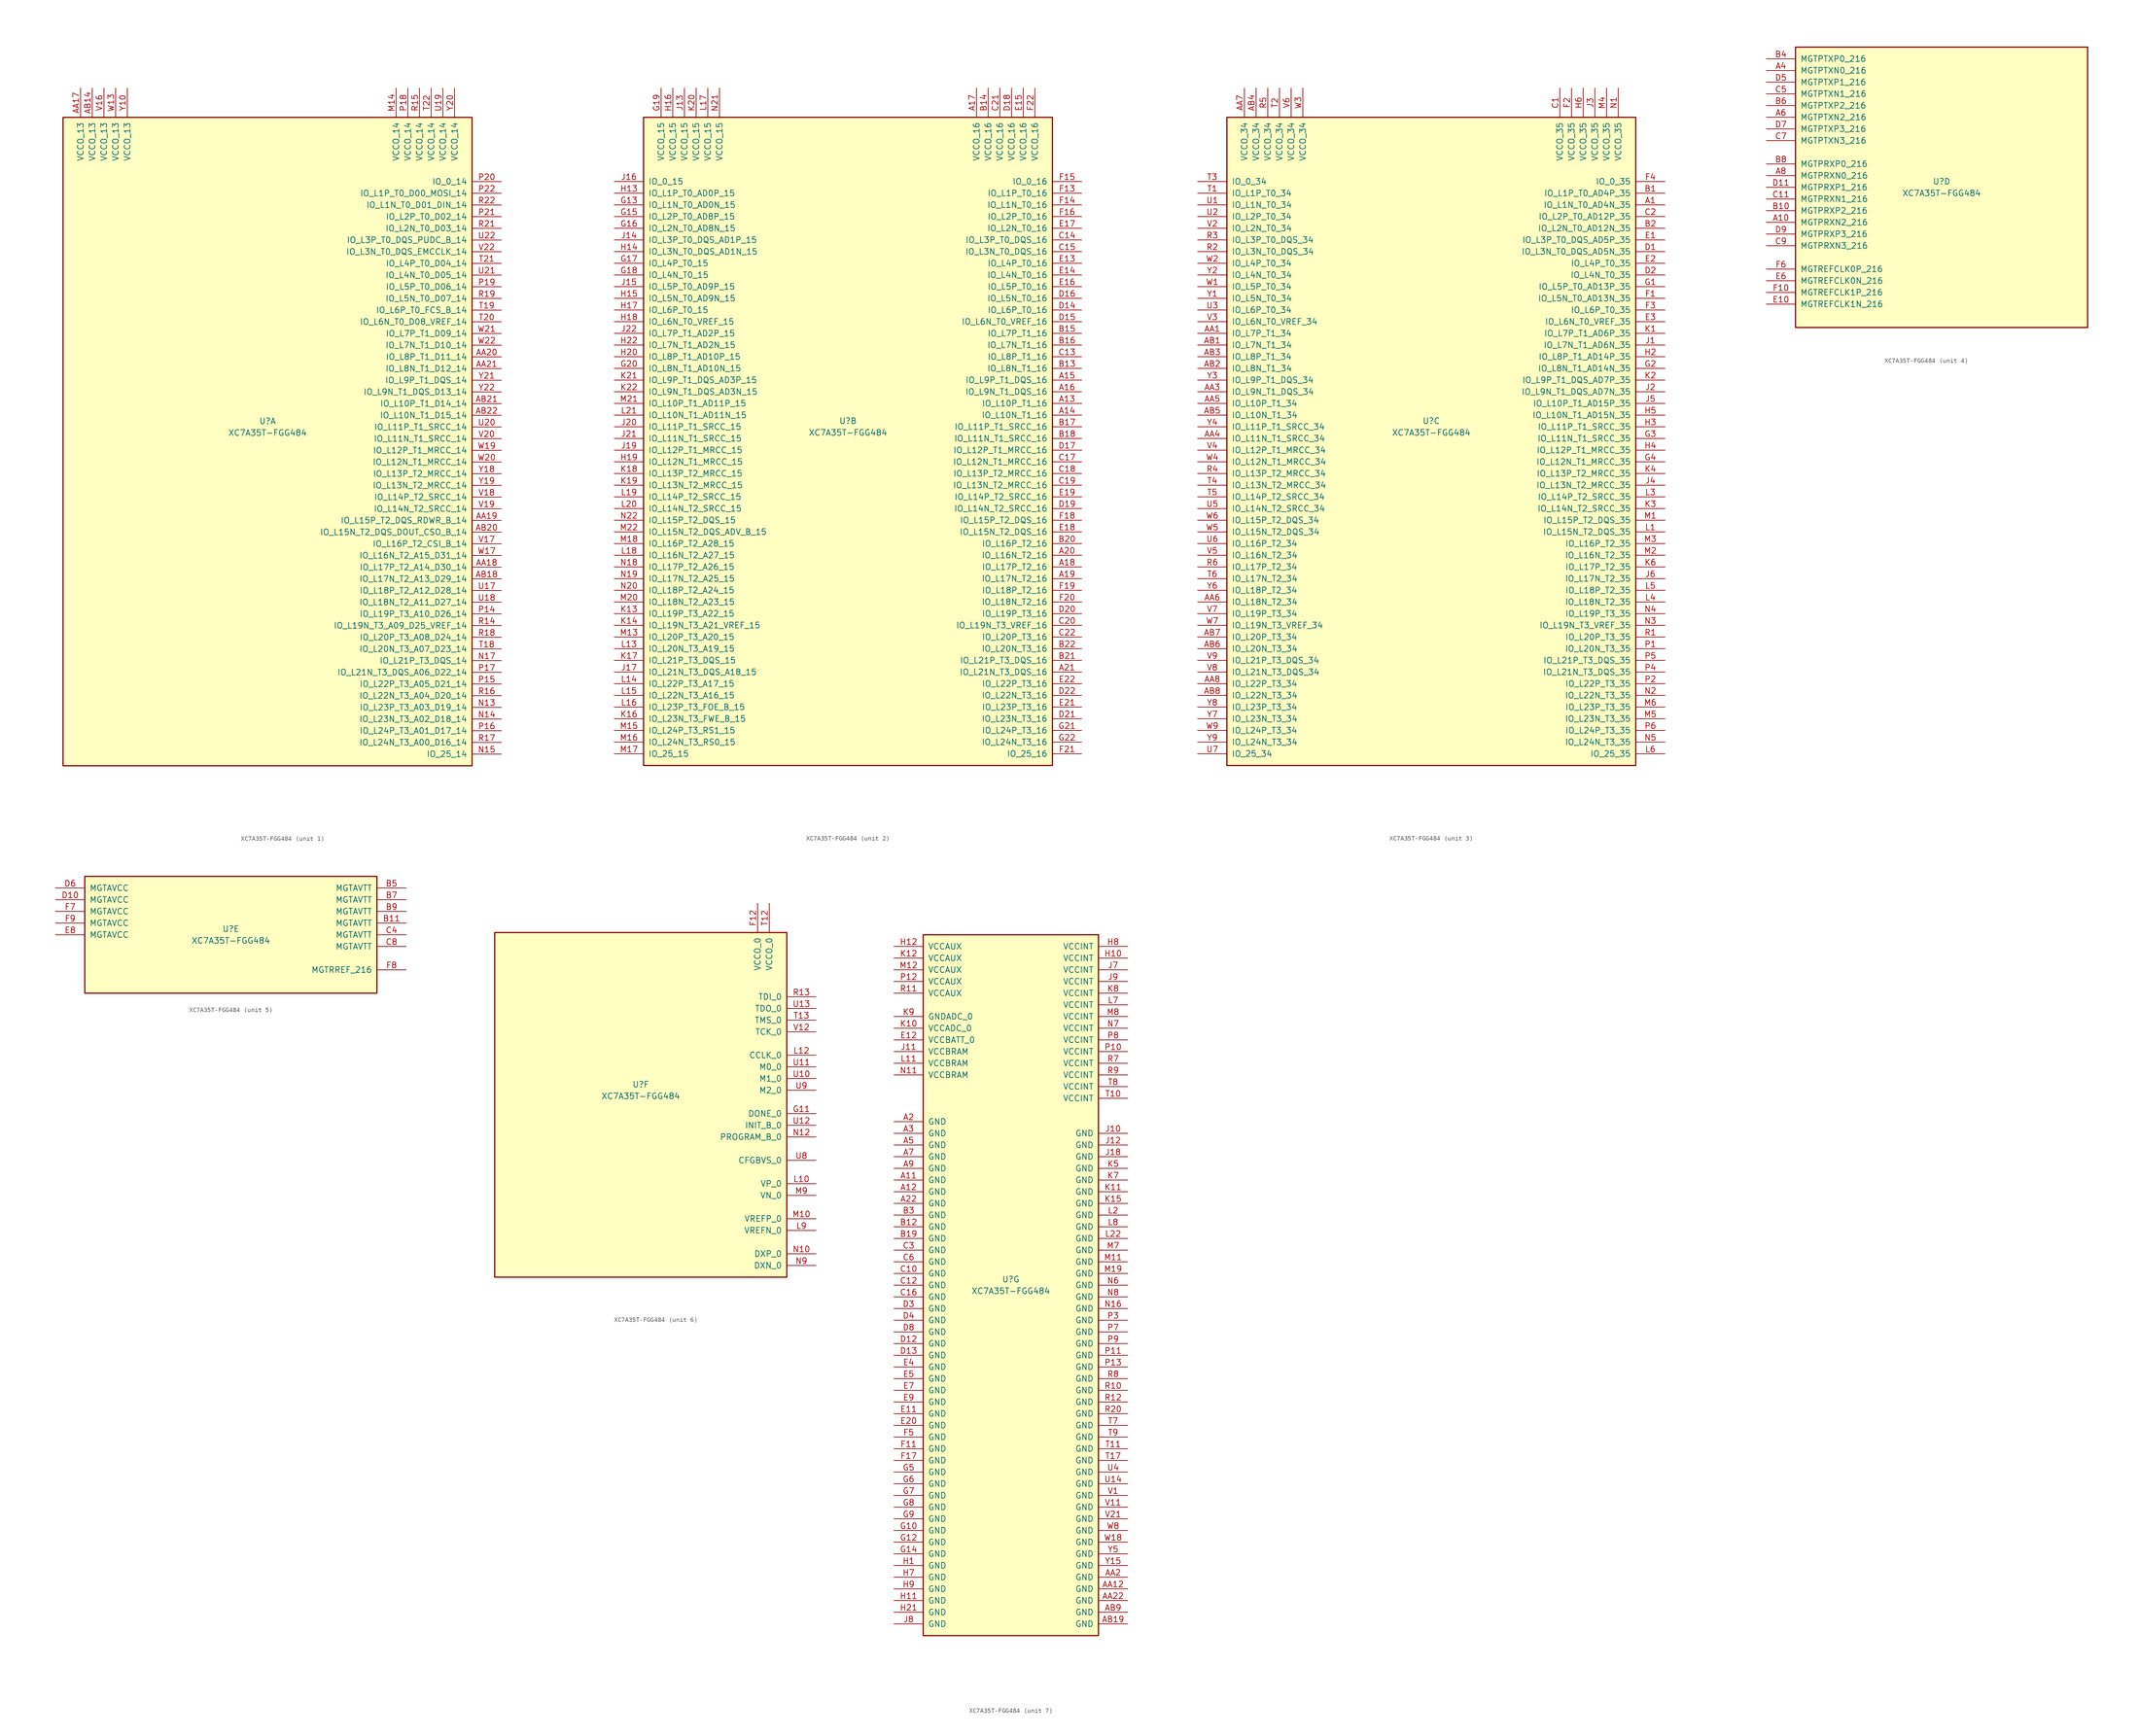
<source format=kicad_sym>
(kicad_symbol_lib
  (version 20231120)
  (generator "kicad_symbol_editor")
  (generator_version "8.0")
  (symbol "XC7A35T-FGG484"
    (pin_names
      (offset 1.016))
    (property "Reference" "U"
      (at 0 1.27 0)
      (effects (font (size 1.27 1.27))))
    (property "Value" "XC7A35T-FGG484"
      (at 0 -1.27 0)
      (effects (font (size 1.27 1.27))))
    (property "Datasheet" ""
      (at 0 0 0)
      (effects (font (size 1.27 1.27))))
    (property "ki_locked" ""
      (at 0 0 0)
      (effects (font (size 1.27 1.27))))
    (symbol "XC7A35T-FGG484_1_1"
      (rectangle (start -44.45 67.31) (end 44.45 -73.66) (stroke (width 0.254) (type default)) (fill (type background)))
      (pin power_in line (at -40.64 73.66 270) (length 6.35) (name "VCCO_13" (effects (font (size 1.27 1.27)))) (number "AA17" (effects (font (size 1.27 1.27)))))
      (pin bidirectional line (at 50.8 -30.48 180) (length 6.35) (name "IO_L17P_T2_A14_D30_14" (effects (font (size 1.27 1.27)))) (number "AA18" (effects (font (size 1.27 1.27)))))
      (pin bidirectional line (at 50.8 -20.32 180) (length 6.35) (name "IO_L15P_T2_DQS_RDWR_B_14" (effects (font (size 1.27 1.27)))) (number "AA19" (effects (font (size 1.27 1.27)))))
      (pin bidirectional line (at 50.8 15.24 180) (length 6.35) (name "IO_L8P_T1_D11_14" (effects (font (size 1.27 1.27)))) (number "AA20" (effects (font (size 1.27 1.27)))))
      (pin bidirectional line (at 50.8 12.7 180) (length 6.35) (name "IO_L8N_T1_D12_14" (effects (font (size 1.27 1.27)))) (number "AA21" (effects (font (size 1.27 1.27)))))
      (pin power_in line (at -38.1 73.66 270) (length 6.35) (name "VCCO_13" (effects (font (size 1.27 1.27)))) (number "AB14" (effects (font (size 1.27 1.27)))))
      (pin bidirectional line (at 50.8 -33.02 180) (length 6.35) (name "IO_L17N_T2_A13_D29_14" (effects (font (size 1.27 1.27)))) (number "AB18" (effects (font (size 1.27 1.27)))))
      (pin bidirectional line (at 50.8 -22.86 180) (length 6.35) (name "IO_L15N_T2_DQS_DOUT_CSO_B_14" (effects (font (size 1.27 1.27)))) (number "AB20" (effects (font (size 1.27 1.27)))))
      (pin bidirectional line (at 50.8 5.08 180) (length 6.35) (name "IO_L10P_T1_D14_14" (effects (font (size 1.27 1.27)))) (number "AB21" (effects (font (size 1.27 1.27)))))
      (pin bidirectional line (at 50.8 2.54 180) (length 6.35) (name "IO_L10N_T1_D15_14" (effects (font (size 1.27 1.27)))) (number "AB22" (effects (font (size 1.27 1.27)))))
      (pin power_in line (at 27.94 73.66 270) (length 6.35) (name "VCCO_14" (effects (font (size 1.27 1.27)))) (number "M14" (effects (font (size 1.27 1.27)))))
      (pin bidirectional line (at 50.8 -60.96 180) (length 6.35) (name "IO_L23P_T3_A03_D19_14" (effects (font (size 1.27 1.27)))) (number "N13" (effects (font (size 1.27 1.27)))))
      (pin bidirectional line (at 50.8 -63.5 180) (length 6.35) (name "IO_L23N_T3_A02_D18_14" (effects (font (size 1.27 1.27)))) (number "N14" (effects (font (size 1.27 1.27)))))
      (pin bidirectional line (at 50.8 -71.12 180) (length 6.35) (name "IO_25_14" (effects (font (size 1.27 1.27)))) (number "N15" (effects (font (size 1.27 1.27)))))
      (pin bidirectional line (at 50.8 -50.8 180) (length 6.35) (name "IO_L21P_T3_DQS_14" (effects (font (size 1.27 1.27)))) (number "N17" (effects (font (size 1.27 1.27)))))
      (pin bidirectional line (at 50.8 -40.64 180) (length 6.35) (name "IO_L19P_T3_A10_D26_14" (effects (font (size 1.27 1.27)))) (number "P14" (effects (font (size 1.27 1.27)))))
      (pin bidirectional line (at 50.8 -55.88 180) (length 6.35) (name "IO_L22P_T3_A05_D21_14" (effects (font (size 1.27 1.27)))) (number "P15" (effects (font (size 1.27 1.27)))))
      (pin bidirectional line (at 50.8 -66.04 180) (length 6.35) (name "IO_L24P_T3_A01_D17_14" (effects (font (size 1.27 1.27)))) (number "P16" (effects (font (size 1.27 1.27)))))
      (pin bidirectional line (at 50.8 -53.34 180) (length 6.35) (name "IO_L21N_T3_DQS_A06_D22_14" (effects (font (size 1.27 1.27)))) (number "P17" (effects (font (size 1.27 1.27)))))
      (pin power_in line (at 30.48 73.66 270) (length 6.35) (name "VCCO_14" (effects (font (size 1.27 1.27)))) (number "P18" (effects (font (size 1.27 1.27)))))
      (pin bidirectional line (at 50.8 30.48 180) (length 6.35) (name "IO_L5P_T0_D06_14" (effects (font (size 1.27 1.27)))) (number "P19" (effects (font (size 1.27 1.27)))))
      (pin bidirectional line (at 50.8 53.34 180) (length 6.35) (name "IO_0_14" (effects (font (size 1.27 1.27)))) (number "P20" (effects (font (size 1.27 1.27)))))
      (pin bidirectional line (at 50.8 45.72 180) (length 6.35) (name "IO_L2P_T0_D02_14" (effects (font (size 1.27 1.27)))) (number "P21" (effects (font (size 1.27 1.27)))))
      (pin bidirectional line (at 50.8 50.8 180) (length 6.35) (name "IO_L1P_T0_D00_MOSI_14" (effects (font (size 1.27 1.27)))) (number "P22" (effects (font (size 1.27 1.27)))))
      (pin bidirectional line (at 50.8 -43.18 180) (length 6.35) (name "IO_L19N_T3_A09_D25_VREF_14" (effects (font (size 1.27 1.27)))) (number "R14" (effects (font (size 1.27 1.27)))))
      (pin power_in line (at 33.02 73.66 270) (length 6.35) (name "VCCO_14" (effects (font (size 1.27 1.27)))) (number "R15" (effects (font (size 1.27 1.27)))))
      (pin bidirectional line (at 50.8 -58.42 180) (length 6.35) (name "IO_L22N_T3_A04_D20_14" (effects (font (size 1.27 1.27)))) (number "R16" (effects (font (size 1.27 1.27)))))
      (pin bidirectional line (at 50.8 -68.58 180) (length 6.35) (name "IO_L24N_T3_A00_D16_14" (effects (font (size 1.27 1.27)))) (number "R17" (effects (font (size 1.27 1.27)))))
      (pin bidirectional line (at 50.8 -45.72 180) (length 6.35) (name "IO_L20P_T3_A08_D24_14" (effects (font (size 1.27 1.27)))) (number "R18" (effects (font (size 1.27 1.27)))))
      (pin bidirectional line (at 50.8 27.94 180) (length 6.35) (name "IO_L5N_T0_D07_14" (effects (font (size 1.27 1.27)))) (number "R19" (effects (font (size 1.27 1.27)))))
      (pin bidirectional line (at 50.8 43.18 180) (length 6.35) (name "IO_L2N_T0_D03_14" (effects (font (size 1.27 1.27)))) (number "R21" (effects (font (size 1.27 1.27)))))
      (pin bidirectional line (at 50.8 48.26 180) (length 6.35) (name "IO_L1N_T0_D01_DIN_14" (effects (font (size 1.27 1.27)))) (number "R22" (effects (font (size 1.27 1.27)))))
      (pin bidirectional line (at 50.8 -48.26 180) (length 6.35) (name "IO_L20N_T3_A07_D23_14" (effects (font (size 1.27 1.27)))) (number "T18" (effects (font (size 1.27 1.27)))))
      (pin bidirectional line (at 50.8 25.4 180) (length 6.35) (name "IO_L6P_T0_FCS_B_14" (effects (font (size 1.27 1.27)))) (number "T19" (effects (font (size 1.27 1.27)))))
      (pin bidirectional line (at 50.8 22.86 180) (length 6.35) (name "IO_L6N_T0_D08_VREF_14" (effects (font (size 1.27 1.27)))) (number "T20" (effects (font (size 1.27 1.27)))))
      (pin bidirectional line (at 50.8 35.56 180) (length 6.35) (name "IO_L4P_T0_D04_14" (effects (font (size 1.27 1.27)))) (number "T21" (effects (font (size 1.27 1.27)))))
      (pin power_in line (at 35.56 73.66 270) (length 6.35) (name "VCCO_14" (effects (font (size 1.27 1.27)))) (number "T22" (effects (font (size 1.27 1.27)))))
      (pin bidirectional line (at 50.8 -35.56 180) (length 6.35) (name "IO_L18P_T2_A12_D28_14" (effects (font (size 1.27 1.27)))) (number "U17" (effects (font (size 1.27 1.27)))))
      (pin bidirectional line (at 50.8 -38.1 180) (length 6.35) (name "IO_L18N_T2_A11_D27_14" (effects (font (size 1.27 1.27)))) (number "U18" (effects (font (size 1.27 1.27)))))
      (pin power_in line (at 38.1 73.66 270) (length 6.35) (name "VCCO_14" (effects (font (size 1.27 1.27)))) (number "U19" (effects (font (size 1.27 1.27)))))
      (pin bidirectional line (at 50.8 0 180) (length 6.35) (name "IO_L11P_T1_SRCC_14" (effects (font (size 1.27 1.27)))) (number "U20" (effects (font (size 1.27 1.27)))))
      (pin bidirectional line (at 50.8 33.02 180) (length 6.35) (name "IO_L4N_T0_D05_14" (effects (font (size 1.27 1.27)))) (number "U21" (effects (font (size 1.27 1.27)))))
      (pin bidirectional line (at 50.8 40.64 180) (length 6.35) (name "IO_L3P_T0_DQS_PUDC_B_14" (effects (font (size 1.27 1.27)))) (number "U22" (effects (font (size 1.27 1.27)))))
      (pin power_in line (at -35.56 73.66 270) (length 6.35) (name "VCCO_13" (effects (font (size 1.27 1.27)))) (number "V16" (effects (font (size 1.27 1.27)))))
      (pin bidirectional line (at 50.8 -25.4 180) (length 6.35) (name "IO_L16P_T2_CSI_B_14" (effects (font (size 1.27 1.27)))) (number "V17" (effects (font (size 1.27 1.27)))))
      (pin bidirectional line (at 50.8 -15.24 180) (length 6.35) (name "IO_L14P_T2_SRCC_14" (effects (font (size 1.27 1.27)))) (number "V18" (effects (font (size 1.27 1.27)))))
      (pin bidirectional line (at 50.8 -17.78 180) (length 6.35) (name "IO_L14N_T2_SRCC_14" (effects (font (size 1.27 1.27)))) (number "V19" (effects (font (size 1.27 1.27)))))
      (pin bidirectional line (at 50.8 -2.54 180) (length 6.35) (name "IO_L11N_T1_SRCC_14" (effects (font (size 1.27 1.27)))) (number "V20" (effects (font (size 1.27 1.27)))))
      (pin bidirectional line (at 50.8 38.1 180) (length 6.35) (name "IO_L3N_T0_DQS_EMCCLK_14" (effects (font (size 1.27 1.27)))) (number "V22" (effects (font (size 1.27 1.27)))))
      (pin power_in line (at -33.02 73.66 270) (length 6.35) (name "VCCO_13" (effects (font (size 1.27 1.27)))) (number "W13" (effects (font (size 1.27 1.27)))))
      (pin bidirectional line (at 50.8 -27.94 180) (length 6.35) (name "IO_L16N_T2_A15_D31_14" (effects (font (size 1.27 1.27)))) (number "W17" (effects (font (size 1.27 1.27)))))
      (pin bidirectional line (at 50.8 -5.08 180) (length 6.35) (name "IO_L12P_T1_MRCC_14" (effects (font (size 1.27 1.27)))) (number "W19" (effects (font (size 1.27 1.27)))))
      (pin bidirectional line (at 50.8 -7.62 180) (length 6.35) (name "IO_L12N_T1_MRCC_14" (effects (font (size 1.27 1.27)))) (number "W20" (effects (font (size 1.27 1.27)))))
      (pin bidirectional line (at 50.8 20.32 180) (length 6.35) (name "IO_L7P_T1_D09_14" (effects (font (size 1.27 1.27)))) (number "W21" (effects (font (size 1.27 1.27)))))
      (pin bidirectional line (at 50.8 17.78 180) (length 6.35) (name "IO_L7N_T1_D10_14" (effects (font (size 1.27 1.27)))) (number "W22" (effects (font (size 1.27 1.27)))))
      (pin power_in line (at -30.48 73.66 270) (length 6.35) (name "VCCO_13" (effects (font (size 1.27 1.27)))) (number "Y10" (effects (font (size 1.27 1.27)))))
      (pin bidirectional line (at 50.8 -10.16 180) (length 6.35) (name "IO_L13P_T2_MRCC_14" (effects (font (size 1.27 1.27)))) (number "Y18" (effects (font (size 1.27 1.27)))))
      (pin bidirectional line (at 50.8 -12.7 180) (length 6.35) (name "IO_L13N_T2_MRCC_14" (effects (font (size 1.27 1.27)))) (number "Y19" (effects (font (size 1.27 1.27)))))
      (pin power_in line (at 40.64 73.66 270) (length 6.35) (name "VCCO_14" (effects (font (size 1.27 1.27)))) (number "Y20" (effects (font (size 1.27 1.27)))))
      (pin bidirectional line (at 50.8 10.16 180) (length 6.35) (name "IO_L9P_T1_DQS_14" (effects (font (size 1.27 1.27)))) (number "Y21" (effects (font (size 1.27 1.27)))))
      (pin bidirectional line (at 50.8 7.62 180) (length 6.35) (name "IO_L9N_T1_DQS_D13_14" (effects (font (size 1.27 1.27)))) (number "Y22" (effects (font (size 1.27 1.27))))))
    (symbol "XC7A35T-FGG484_2_1"
      (rectangle (start -44.45 67.31) (end 44.45 -73.66) (stroke (width 0.254) (type default)) (fill (type background)))
      (pin bidirectional line (at 50.8 5.08 180) (length 6.35) (name "IO_L10P_T1_16" (effects (font (size 1.27 1.27)))) (number "A13" (effects (font (size 1.27 1.27)))))
      (pin bidirectional line (at 50.8 2.54 180) (length 6.35) (name "IO_L10N_T1_16" (effects (font (size 1.27 1.27)))) (number "A14" (effects (font (size 1.27 1.27)))))
      (pin bidirectional line (at 50.8 10.16 180) (length 6.35) (name "IO_L9P_T1_DQS_16" (effects (font (size 1.27 1.27)))) (number "A15" (effects (font (size 1.27 1.27)))))
      (pin bidirectional line (at 50.8 7.62 180) (length 6.35) (name "IO_L9N_T1_DQS_16" (effects (font (size 1.27 1.27)))) (number "A16" (effects (font (size 1.27 1.27)))))
      (pin power_in line (at 27.94 73.66 270) (length 6.35) (name "VCCO_16" (effects (font (size 1.27 1.27)))) (number "A17" (effects (font (size 1.27 1.27)))))
      (pin bidirectional line (at 50.8 -30.48 180) (length 6.35) (name "IO_L17P_T2_16" (effects (font (size 1.27 1.27)))) (number "A18" (effects (font (size 1.27 1.27)))))
      (pin bidirectional line (at 50.8 -33.02 180) (length 6.35) (name "IO_L17N_T2_16" (effects (font (size 1.27 1.27)))) (number "A19" (effects (font (size 1.27 1.27)))))
      (pin bidirectional line (at 50.8 -27.94 180) (length 6.35) (name "IO_L16N_T2_16" (effects (font (size 1.27 1.27)))) (number "A20" (effects (font (size 1.27 1.27)))))
      (pin bidirectional line (at 50.8 -53.34 180) (length 6.35) (name "IO_L21N_T3_DQS_16" (effects (font (size 1.27 1.27)))) (number "A21" (effects (font (size 1.27 1.27)))))
      (pin bidirectional line (at 50.8 12.7 180) (length 6.35) (name "IO_L8N_T1_16" (effects (font (size 1.27 1.27)))) (number "B13" (effects (font (size 1.27 1.27)))))
      (pin power_in line (at 30.48 73.66 270) (length 6.35) (name "VCCO_16" (effects (font (size 1.27 1.27)))) (number "B14" (effects (font (size 1.27 1.27)))))
      (pin bidirectional line (at 50.8 20.32 180) (length 6.35) (name "IO_L7P_T1_16" (effects (font (size 1.27 1.27)))) (number "B15" (effects (font (size 1.27 1.27)))))
      (pin bidirectional line (at 50.8 17.78 180) (length 6.35) (name "IO_L7N_T1_16" (effects (font (size 1.27 1.27)))) (number "B16" (effects (font (size 1.27 1.27)))))
      (pin bidirectional line (at 50.8 0 180) (length 6.35) (name "IO_L11P_T1_SRCC_16" (effects (font (size 1.27 1.27)))) (number "B17" (effects (font (size 1.27 1.27)))))
      (pin bidirectional line (at 50.8 -2.54 180) (length 6.35) (name "IO_L11N_T1_SRCC_16" (effects (font (size 1.27 1.27)))) (number "B18" (effects (font (size 1.27 1.27)))))
      (pin bidirectional line (at 50.8 -25.4 180) (length 6.35) (name "IO_L16P_T2_16" (effects (font (size 1.27 1.27)))) (number "B20" (effects (font (size 1.27 1.27)))))
      (pin bidirectional line (at 50.8 -50.8 180) (length 6.35) (name "IO_L21P_T3_DQS_16" (effects (font (size 1.27 1.27)))) (number "B21" (effects (font (size 1.27 1.27)))))
      (pin bidirectional line (at 50.8 -48.26 180) (length 6.35) (name "IO_L20N_T3_16" (effects (font (size 1.27 1.27)))) (number "B22" (effects (font (size 1.27 1.27)))))
      (pin bidirectional line (at 50.8 15.24 180) (length 6.35) (name "IO_L8P_T1_16" (effects (font (size 1.27 1.27)))) (number "C13" (effects (font (size 1.27 1.27)))))
      (pin bidirectional line (at 50.8 40.64 180) (length 6.35) (name "IO_L3P_T0_DQS_16" (effects (font (size 1.27 1.27)))) (number "C14" (effects (font (size 1.27 1.27)))))
      (pin bidirectional line (at 50.8 38.1 180) (length 6.35) (name "IO_L3N_T0_DQS_16" (effects (font (size 1.27 1.27)))) (number "C15" (effects (font (size 1.27 1.27)))))
      (pin bidirectional line (at 50.8 -7.62 180) (length 6.35) (name "IO_L12N_T1_MRCC_16" (effects (font (size 1.27 1.27)))) (number "C17" (effects (font (size 1.27 1.27)))))
      (pin bidirectional line (at 50.8 -10.16 180) (length 6.35) (name "IO_L13P_T2_MRCC_16" (effects (font (size 1.27 1.27)))) (number "C18" (effects (font (size 1.27 1.27)))))
      (pin bidirectional line (at 50.8 -12.7 180) (length 6.35) (name "IO_L13N_T2_MRCC_16" (effects (font (size 1.27 1.27)))) (number "C19" (effects (font (size 1.27 1.27)))))
      (pin bidirectional line (at 50.8 -43.18 180) (length 6.35) (name "IO_L19N_T3_VREF_16" (effects (font (size 1.27 1.27)))) (number "C20" (effects (font (size 1.27 1.27)))))
      (pin power_in line (at 33.02 73.66 270) (length 6.35) (name "VCCO_16" (effects (font (size 1.27 1.27)))) (number "C21" (effects (font (size 1.27 1.27)))))
      (pin bidirectional line (at 50.8 -45.72 180) (length 6.35) (name "IO_L20P_T3_16" (effects (font (size 1.27 1.27)))) (number "C22" (effects (font (size 1.27 1.27)))))
      (pin bidirectional line (at 50.8 25.4 180) (length 6.35) (name "IO_L6P_T0_16" (effects (font (size 1.27 1.27)))) (number "D14" (effects (font (size 1.27 1.27)))))
      (pin bidirectional line (at 50.8 22.86 180) (length 6.35) (name "IO_L6N_T0_VREF_16" (effects (font (size 1.27 1.27)))) (number "D15" (effects (font (size 1.27 1.27)))))
      (pin bidirectional line (at 50.8 27.94 180) (length 6.35) (name "IO_L5N_T0_16" (effects (font (size 1.27 1.27)))) (number "D16" (effects (font (size 1.27 1.27)))))
      (pin bidirectional line (at 50.8 -5.08 180) (length 6.35) (name "IO_L12P_T1_MRCC_16" (effects (font (size 1.27 1.27)))) (number "D17" (effects (font (size 1.27 1.27)))))
      (pin power_in line (at 35.56 73.66 270) (length 6.35) (name "VCCO_16" (effects (font (size 1.27 1.27)))) (number "D18" (effects (font (size 1.27 1.27)))))
      (pin bidirectional line (at 50.8 -17.78 180) (length 6.35) (name "IO_L14N_T2_SRCC_16" (effects (font (size 1.27 1.27)))) (number "D19" (effects (font (size 1.27 1.27)))))
      (pin bidirectional line (at 50.8 -40.64 180) (length 6.35) (name "IO_L19P_T3_16" (effects (font (size 1.27 1.27)))) (number "D20" (effects (font (size 1.27 1.27)))))
      (pin bidirectional line (at 50.8 -63.5 180) (length 6.35) (name "IO_L23N_T3_16" (effects (font (size 1.27 1.27)))) (number "D21" (effects (font (size 1.27 1.27)))))
      (pin bidirectional line (at 50.8 -58.42 180) (length 6.35) (name "IO_L22N_T3_16" (effects (font (size 1.27 1.27)))) (number "D22" (effects (font (size 1.27 1.27)))))
      (pin bidirectional line (at 50.8 35.56 180) (length 6.35) (name "IO_L4P_T0_16" (effects (font (size 1.27 1.27)))) (number "E13" (effects (font (size 1.27 1.27)))))
      (pin bidirectional line (at 50.8 33.02 180) (length 6.35) (name "IO_L4N_T0_16" (effects (font (size 1.27 1.27)))) (number "E14" (effects (font (size 1.27 1.27)))))
      (pin power_in line (at 38.1 73.66 270) (length 6.35) (name "VCCO_16" (effects (font (size 1.27 1.27)))) (number "E15" (effects (font (size 1.27 1.27)))))
      (pin bidirectional line (at 50.8 30.48 180) (length 6.35) (name "IO_L5P_T0_16" (effects (font (size 1.27 1.27)))) (number "E16" (effects (font (size 1.27 1.27)))))
      (pin bidirectional line (at 50.8 43.18 180) (length 6.35) (name "IO_L2N_T0_16" (effects (font (size 1.27 1.27)))) (number "E17" (effects (font (size 1.27 1.27)))))
      (pin bidirectional line (at 50.8 -22.86 180) (length 6.35) (name "IO_L15N_T2_DQS_16" (effects (font (size 1.27 1.27)))) (number "E18" (effects (font (size 1.27 1.27)))))
      (pin bidirectional line (at 50.8 -15.24 180) (length 6.35) (name "IO_L14P_T2_SRCC_16" (effects (font (size 1.27 1.27)))) (number "E19" (effects (font (size 1.27 1.27)))))
      (pin bidirectional line (at 50.8 -60.96 180) (length 6.35) (name "IO_L23P_T3_16" (effects (font (size 1.27 1.27)))) (number "E21" (effects (font (size 1.27 1.27)))))
      (pin bidirectional line (at 50.8 -55.88 180) (length 6.35) (name "IO_L22P_T3_16" (effects (font (size 1.27 1.27)))) (number "E22" (effects (font (size 1.27 1.27)))))
      (pin bidirectional line (at 50.8 50.8 180) (length 6.35) (name "IO_L1P_T0_16" (effects (font (size 1.27 1.27)))) (number "F13" (effects (font (size 1.27 1.27)))))
      (pin bidirectional line (at 50.8 48.26 180) (length 6.35) (name "IO_L1N_T0_16" (effects (font (size 1.27 1.27)))) (number "F14" (effects (font (size 1.27 1.27)))))
      (pin bidirectional line (at 50.8 53.34 180) (length 6.35) (name "IO_0_16" (effects (font (size 1.27 1.27)))) (number "F15" (effects (font (size 1.27 1.27)))))
      (pin bidirectional line (at 50.8 45.72 180) (length 6.35) (name "IO_L2P_T0_16" (effects (font (size 1.27 1.27)))) (number "F16" (effects (font (size 1.27 1.27)))))
      (pin bidirectional line (at 50.8 -20.32 180) (length 6.35) (name "IO_L15P_T2_DQS_16" (effects (font (size 1.27 1.27)))) (number "F18" (effects (font (size 1.27 1.27)))))
      (pin bidirectional line (at 50.8 -35.56 180) (length 6.35) (name "IO_L18P_T2_16" (effects (font (size 1.27 1.27)))) (number "F19" (effects (font (size 1.27 1.27)))))
      (pin bidirectional line (at 50.8 -38.1 180) (length 6.35) (name "IO_L18N_T2_16" (effects (font (size 1.27 1.27)))) (number "F20" (effects (font (size 1.27 1.27)))))
      (pin bidirectional line (at 50.8 -71.12 180) (length 6.35) (name "IO_25_16" (effects (font (size 1.27 1.27)))) (number "F21" (effects (font (size 1.27 1.27)))))
      (pin power_in line (at 40.64 73.66 270) (length 6.35) (name "VCCO_16" (effects (font (size 1.27 1.27)))) (number "F22" (effects (font (size 1.27 1.27)))))
      (pin bidirectional line (at -50.8 48.26 0) (length 6.35) (name "IO_L1N_T0_AD0N_15" (effects (font (size 1.27 1.27)))) (number "G13" (effects (font (size 1.27 1.27)))))
      (pin bidirectional line (at -50.8 45.72 0) (length 6.35) (name "IO_L2P_T0_AD8P_15" (effects (font (size 1.27 1.27)))) (number "G15" (effects (font (size 1.27 1.27)))))
      (pin bidirectional line (at -50.8 43.18 0) (length 6.35) (name "IO_L2N_T0_AD8N_15" (effects (font (size 1.27 1.27)))) (number "G16" (effects (font (size 1.27 1.27)))))
      (pin bidirectional line (at -50.8 35.56 0) (length 6.35) (name "IO_L4P_T0_15" (effects (font (size 1.27 1.27)))) (number "G17" (effects (font (size 1.27 1.27)))))
      (pin bidirectional line (at -50.8 33.02 0) (length 6.35) (name "IO_L4N_T0_15" (effects (font (size 1.27 1.27)))) (number "G18" (effects (font (size 1.27 1.27)))))
      (pin power_in line (at -40.64 73.66 270) (length 6.35) (name "VCCO_15" (effects (font (size 1.27 1.27)))) (number "G19" (effects (font (size 1.27 1.27)))))
      (pin bidirectional line (at -50.8 12.7 0) (length 6.35) (name "IO_L8N_T1_AD10N_15" (effects (font (size 1.27 1.27)))) (number "G20" (effects (font (size 1.27 1.27)))))
      (pin bidirectional line (at 50.8 -66.04 180) (length 6.35) (name "IO_L24P_T3_16" (effects (font (size 1.27 1.27)))) (number "G21" (effects (font (size 1.27 1.27)))))
      (pin bidirectional line (at 50.8 -68.58 180) (length 6.35) (name "IO_L24N_T3_16" (effects (font (size 1.27 1.27)))) (number "G22" (effects (font (size 1.27 1.27)))))
      (pin bidirectional line (at -50.8 50.8 0) (length 6.35) (name "IO_L1P_T0_AD0P_15" (effects (font (size 1.27 1.27)))) (number "H13" (effects (font (size 1.27 1.27)))))
      (pin bidirectional line (at -50.8 38.1 0) (length 6.35) (name "IO_L3N_T0_DQS_AD1N_15" (effects (font (size 1.27 1.27)))) (number "H14" (effects (font (size 1.27 1.27)))))
      (pin bidirectional line (at -50.8 27.94 0) (length 6.35) (name "IO_L5N_T0_AD9N_15" (effects (font (size 1.27 1.27)))) (number "H15" (effects (font (size 1.27 1.27)))))
      (pin power_in line (at -38.1 73.66 270) (length 6.35) (name "VCCO_15" (effects (font (size 1.27 1.27)))) (number "H16" (effects (font (size 1.27 1.27)))))
      (pin bidirectional line (at -50.8 25.4 0) (length 6.35) (name "IO_L6P_T0_15" (effects (font (size 1.27 1.27)))) (number "H17" (effects (font (size 1.27 1.27)))))
      (pin bidirectional line (at -50.8 22.86 0) (length 6.35) (name "IO_L6N_T0_VREF_15" (effects (font (size 1.27 1.27)))) (number "H18" (effects (font (size 1.27 1.27)))))
      (pin bidirectional line (at -50.8 -7.62 0) (length 6.35) (name "IO_L12N_T1_MRCC_15" (effects (font (size 1.27 1.27)))) (number "H19" (effects (font (size 1.27 1.27)))))
      (pin bidirectional line (at -50.8 15.24 0) (length 6.35) (name "IO_L8P_T1_AD10P_15" (effects (font (size 1.27 1.27)))) (number "H20" (effects (font (size 1.27 1.27)))))
      (pin bidirectional line (at -50.8 17.78 0) (length 6.35) (name "IO_L7N_T1_AD2N_15" (effects (font (size 1.27 1.27)))) (number "H22" (effects (font (size 1.27 1.27)))))
      (pin power_in line (at -35.56 73.66 270) (length 6.35) (name "VCCO_15" (effects (font (size 1.27 1.27)))) (number "J13" (effects (font (size 1.27 1.27)))))
      (pin bidirectional line (at -50.8 40.64 0) (length 6.35) (name "IO_L3P_T0_DQS_AD1P_15" (effects (font (size 1.27 1.27)))) (number "J14" (effects (font (size 1.27 1.27)))))
      (pin bidirectional line (at -50.8 30.48 0) (length 6.35) (name "IO_L5P_T0_AD9P_15" (effects (font (size 1.27 1.27)))) (number "J15" (effects (font (size 1.27 1.27)))))
      (pin bidirectional line (at -50.8 53.34 0) (length 6.35) (name "IO_0_15" (effects (font (size 1.27 1.27)))) (number "J16" (effects (font (size 1.27 1.27)))))
      (pin bidirectional line (at -50.8 -53.34 0) (length 6.35) (name "IO_L21N_T3_DQS_A18_15" (effects (font (size 1.27 1.27)))) (number "J17" (effects (font (size 1.27 1.27)))))
      (pin bidirectional line (at -50.8 -5.08 0) (length 6.35) (name "IO_L12P_T1_MRCC_15" (effects (font (size 1.27 1.27)))) (number "J19" (effects (font (size 1.27 1.27)))))
      (pin bidirectional line (at -50.8 0 0) (length 6.35) (name "IO_L11P_T1_SRCC_15" (effects (font (size 1.27 1.27)))) (number "J20" (effects (font (size 1.27 1.27)))))
      (pin bidirectional line (at -50.8 -2.54 0) (length 6.35) (name "IO_L11N_T1_SRCC_15" (effects (font (size 1.27 1.27)))) (number "J21" (effects (font (size 1.27 1.27)))))
      (pin bidirectional line (at -50.8 20.32 0) (length 6.35) (name "IO_L7P_T1_AD2P_15" (effects (font (size 1.27 1.27)))) (number "J22" (effects (font (size 1.27 1.27)))))
      (pin bidirectional line (at -50.8 -40.64 0) (length 6.35) (name "IO_L19P_T3_A22_15" (effects (font (size 1.27 1.27)))) (number "K13" (effects (font (size 1.27 1.27)))))
      (pin bidirectional line (at -50.8 -43.18 0) (length 6.35) (name "IO_L19N_T3_A21_VREF_15" (effects (font (size 1.27 1.27)))) (number "K14" (effects (font (size 1.27 1.27)))))
      (pin bidirectional line (at -50.8 -63.5 0) (length 6.35) (name "IO_L23N_T3_FWE_B_15" (effects (font (size 1.27 1.27)))) (number "K16" (effects (font (size 1.27 1.27)))))
      (pin bidirectional line (at -50.8 -50.8 0) (length 6.35) (name "IO_L21P_T3_DQS_15" (effects (font (size 1.27 1.27)))) (number "K17" (effects (font (size 1.27 1.27)))))
      (pin bidirectional line (at -50.8 -10.16 0) (length 6.35) (name "IO_L13P_T2_MRCC_15" (effects (font (size 1.27 1.27)))) (number "K18" (effects (font (size 1.27 1.27)))))
      (pin bidirectional line (at -50.8 -12.7 0) (length 6.35) (name "IO_L13N_T2_MRCC_15" (effects (font (size 1.27 1.27)))) (number "K19" (effects (font (size 1.27 1.27)))))
      (pin power_in line (at -33.02 73.66 270) (length 6.35) (name "VCCO_15" (effects (font (size 1.27 1.27)))) (number "K20" (effects (font (size 1.27 1.27)))))
      (pin bidirectional line (at -50.8 10.16 0) (length 6.35) (name "IO_L9P_T1_DQS_AD3P_15" (effects (font (size 1.27 1.27)))) (number "K21" (effects (font (size 1.27 1.27)))))
      (pin bidirectional line (at -50.8 7.62 0) (length 6.35) (name "IO_L9N_T1_DQS_AD3N_15" (effects (font (size 1.27 1.27)))) (number "K22" (effects (font (size 1.27 1.27)))))
      (pin bidirectional line (at -50.8 -48.26 0) (length 6.35) (name "IO_L20N_T3_A19_15" (effects (font (size 1.27 1.27)))) (number "L13" (effects (font (size 1.27 1.27)))))
      (pin bidirectional line (at -50.8 -55.88 0) (length 6.35) (name "IO_L22P_T3_A17_15" (effects (font (size 1.27 1.27)))) (number "L14" (effects (font (size 1.27 1.27)))))
      (pin bidirectional line (at -50.8 -58.42 0) (length 6.35) (name "IO_L22N_T3_A16_15" (effects (font (size 1.27 1.27)))) (number "L15" (effects (font (size 1.27 1.27)))))
      (pin bidirectional line (at -50.8 -60.96 0) (length 6.35) (name "IO_L23P_T3_FOE_B_15" (effects (font (size 1.27 1.27)))) (number "L16" (effects (font (size 1.27 1.27)))))
      (pin power_in line (at -30.48 73.66 270) (length 6.35) (name "VCCO_15" (effects (font (size 1.27 1.27)))) (number "L17" (effects (font (size 1.27 1.27)))))
      (pin bidirectional line (at -50.8 -27.94 0) (length 6.35) (name "IO_L16N_T2_A27_15" (effects (font (size 1.27 1.27)))) (number "L18" (effects (font (size 1.27 1.27)))))
      (pin bidirectional line (at -50.8 -15.24 0) (length 6.35) (name "IO_L14P_T2_SRCC_15" (effects (font (size 1.27 1.27)))) (number "L19" (effects (font (size 1.27 1.27)))))
      (pin bidirectional line (at -50.8 -17.78 0) (length 6.35) (name "IO_L14N_T2_SRCC_15" (effects (font (size 1.27 1.27)))) (number "L20" (effects (font (size 1.27 1.27)))))
      (pin bidirectional line (at -50.8 2.54 0) (length 6.35) (name "IO_L10N_T1_AD11N_15" (effects (font (size 1.27 1.27)))) (number "L21" (effects (font (size 1.27 1.27)))))
      (pin bidirectional line (at -50.8 -45.72 0) (length 6.35) (name "IO_L20P_T3_A20_15" (effects (font (size 1.27 1.27)))) (number "M13" (effects (font (size 1.27 1.27)))))
      (pin bidirectional line (at -50.8 -66.04 0) (length 6.35) (name "IO_L24P_T3_RS1_15" (effects (font (size 1.27 1.27)))) (number "M15" (effects (font (size 1.27 1.27)))))
      (pin bidirectional line (at -50.8 -68.58 0) (length 6.35) (name "IO_L24N_T3_RS0_15" (effects (font (size 1.27 1.27)))) (number "M16" (effects (font (size 1.27 1.27)))))
      (pin bidirectional line (at -50.8 -71.12 0) (length 6.35) (name "IO_25_15" (effects (font (size 1.27 1.27)))) (number "M17" (effects (font (size 1.27 1.27)))))
      (pin bidirectional line (at -50.8 -25.4 0) (length 6.35) (name "IO_L16P_T2_A28_15" (effects (font (size 1.27 1.27)))) (number "M18" (effects (font (size 1.27 1.27)))))
      (pin bidirectional line (at -50.8 -38.1 0) (length 6.35) (name "IO_L18N_T2_A23_15" (effects (font (size 1.27 1.27)))) (number "M20" (effects (font (size 1.27 1.27)))))
      (pin bidirectional line (at -50.8 5.08 0) (length 6.35) (name "IO_L10P_T1_AD11P_15" (effects (font (size 1.27 1.27)))) (number "M21" (effects (font (size 1.27 1.27)))))
      (pin bidirectional line (at -50.8 -22.86 0) (length 6.35) (name "IO_L15N_T2_DQS_ADV_B_15" (effects (font (size 1.27 1.27)))) (number "M22" (effects (font (size 1.27 1.27)))))
      (pin bidirectional line (at -50.8 -30.48 0) (length 6.35) (name "IO_L17P_T2_A26_15" (effects (font (size 1.27 1.27)))) (number "N18" (effects (font (size 1.27 1.27)))))
      (pin bidirectional line (at -50.8 -33.02 0) (length 6.35) (name "IO_L17N_T2_A25_15" (effects (font (size 1.27 1.27)))) (number "N19" (effects (font (size 1.27 1.27)))))
      (pin bidirectional line (at -50.8 -35.56 0) (length 6.35) (name "IO_L18P_T2_A24_15" (effects (font (size 1.27 1.27)))) (number "N20" (effects (font (size 1.27 1.27)))))
      (pin power_in line (at -27.94 73.66 270) (length 6.35) (name "VCCO_15" (effects (font (size 1.27 1.27)))) (number "N21" (effects (font (size 1.27 1.27)))))
      (pin bidirectional line (at -50.8 -20.32 0) (length 6.35) (name "IO_L15P_T2_DQS_15" (effects (font (size 1.27 1.27)))) (number "N22" (effects (font (size 1.27 1.27))))))
    (symbol "XC7A35T-FGG484_3_1"
      (rectangle (start -44.45 67.31) (end 44.45 -73.66) (stroke (width 0.254) (type default)) (fill (type background)))
      (pin bidirectional line (at 50.8 48.26 180) (length 6.35) (name "IO_L1N_T0_AD4N_35" (effects (font (size 1.27 1.27)))) (number "A1" (effects (font (size 1.27 1.27)))))
      (pin bidirectional line (at -50.8 20.32 0) (length 6.35) (name "IO_L7P_T1_34" (effects (font (size 1.27 1.27)))) (number "AA1" (effects (font (size 1.27 1.27)))))
      (pin bidirectional line (at -50.8 7.62 0) (length 6.35) (name "IO_L9N_T1_DQS_34" (effects (font (size 1.27 1.27)))) (number "AA3" (effects (font (size 1.27 1.27)))))
      (pin bidirectional line (at -50.8 -2.54 0) (length 6.35) (name "IO_L11N_T1_SRCC_34" (effects (font (size 1.27 1.27)))) (number "AA4" (effects (font (size 1.27 1.27)))))
      (pin bidirectional line (at -50.8 5.08 0) (length 6.35) (name "IO_L10P_T1_34" (effects (font (size 1.27 1.27)))) (number "AA5" (effects (font (size 1.27 1.27)))))
      (pin bidirectional line (at -50.8 -38.1 0) (length 6.35) (name "IO_L18N_T2_34" (effects (font (size 1.27 1.27)))) (number "AA6" (effects (font (size 1.27 1.27)))))
      (pin power_in line (at -40.64 73.66 270) (length 6.35) (name "VCCO_34" (effects (font (size 1.27 1.27)))) (number "AA7" (effects (font (size 1.27 1.27)))))
      (pin bidirectional line (at -50.8 -55.88 0) (length 6.35) (name "IO_L22P_T3_34" (effects (font (size 1.27 1.27)))) (number "AA8" (effects (font (size 1.27 1.27)))))
      (pin bidirectional line (at -50.8 17.78 0) (length 6.35) (name "IO_L7N_T1_34" (effects (font (size 1.27 1.27)))) (number "AB1" (effects (font (size 1.27 1.27)))))
      (pin bidirectional line (at -50.8 12.7 0) (length 6.35) (name "IO_L8N_T1_34" (effects (font (size 1.27 1.27)))) (number "AB2" (effects (font (size 1.27 1.27)))))
      (pin bidirectional line (at -50.8 15.24 0) (length 6.35) (name "IO_L8P_T1_34" (effects (font (size 1.27 1.27)))) (number "AB3" (effects (font (size 1.27 1.27)))))
      (pin power_in line (at -38.1 73.66 270) (length 6.35) (name "VCCO_34" (effects (font (size 1.27 1.27)))) (number "AB4" (effects (font (size 1.27 1.27)))))
      (pin bidirectional line (at -50.8 2.54 0) (length 6.35) (name "IO_L10N_T1_34" (effects (font (size 1.27 1.27)))) (number "AB5" (effects (font (size 1.27 1.27)))))
      (pin bidirectional line (at -50.8 -48.26 0) (length 6.35) (name "IO_L20N_T3_34" (effects (font (size 1.27 1.27)))) (number "AB6" (effects (font (size 1.27 1.27)))))
      (pin bidirectional line (at -50.8 -45.72 0) (length 6.35) (name "IO_L20P_T3_34" (effects (font (size 1.27 1.27)))) (number "AB7" (effects (font (size 1.27 1.27)))))
      (pin bidirectional line (at -50.8 -58.42 0) (length 6.35) (name "IO_L22N_T3_34" (effects (font (size 1.27 1.27)))) (number "AB8" (effects (font (size 1.27 1.27)))))
      (pin bidirectional line (at 50.8 50.8 180) (length 6.35) (name "IO_L1P_T0_AD4P_35" (effects (font (size 1.27 1.27)))) (number "B1" (effects (font (size 1.27 1.27)))))
      (pin bidirectional line (at 50.8 43.18 180) (length 6.35) (name "IO_L2N_T0_AD12N_35" (effects (font (size 1.27 1.27)))) (number "B2" (effects (font (size 1.27 1.27)))))
      (pin power_in line (at 27.94 73.66 270) (length 6.35) (name "VCCO_35" (effects (font (size 1.27 1.27)))) (number "C1" (effects (font (size 1.27 1.27)))))
      (pin bidirectional line (at 50.8 45.72 180) (length 6.35) (name "IO_L2P_T0_AD12P_35" (effects (font (size 1.27 1.27)))) (number "C2" (effects (font (size 1.27 1.27)))))
      (pin bidirectional line (at 50.8 38.1 180) (length 6.35) (name "IO_L3N_T0_DQS_AD5N_35" (effects (font (size 1.27 1.27)))) (number "D1" (effects (font (size 1.27 1.27)))))
      (pin bidirectional line (at 50.8 33.02 180) (length 6.35) (name "IO_L4N_T0_35" (effects (font (size 1.27 1.27)))) (number "D2" (effects (font (size 1.27 1.27)))))
      (pin bidirectional line (at 50.8 40.64 180) (length 6.35) (name "IO_L3P_T0_DQS_AD5P_35" (effects (font (size 1.27 1.27)))) (number "E1" (effects (font (size 1.27 1.27)))))
      (pin bidirectional line (at 50.8 35.56 180) (length 6.35) (name "IO_L4P_T0_35" (effects (font (size 1.27 1.27)))) (number "E2" (effects (font (size 1.27 1.27)))))
      (pin bidirectional line (at 50.8 22.86 180) (length 6.35) (name "IO_L6N_T0_VREF_35" (effects (font (size 1.27 1.27)))) (number "E3" (effects (font (size 1.27 1.27)))))
      (pin bidirectional line (at 50.8 27.94 180) (length 6.35) (name "IO_L5N_T0_AD13N_35" (effects (font (size 1.27 1.27)))) (number "F1" (effects (font (size 1.27 1.27)))))
      (pin power_in line (at 30.48 73.66 270) (length 6.35) (name "VCCO_35" (effects (font (size 1.27 1.27)))) (number "F2" (effects (font (size 1.27 1.27)))))
      (pin bidirectional line (at 50.8 25.4 180) (length 6.35) (name "IO_L6P_T0_35" (effects (font (size 1.27 1.27)))) (number "F3" (effects (font (size 1.27 1.27)))))
      (pin bidirectional line (at 50.8 53.34 180) (length 6.35) (name "IO_0_35" (effects (font (size 1.27 1.27)))) (number "F4" (effects (font (size 1.27 1.27)))))
      (pin bidirectional line (at 50.8 30.48 180) (length 6.35) (name "IO_L5P_T0_AD13P_35" (effects (font (size 1.27 1.27)))) (number "G1" (effects (font (size 1.27 1.27)))))
      (pin bidirectional line (at 50.8 12.7 180) (length 6.35) (name "IO_L8N_T1_AD14N_35" (effects (font (size 1.27 1.27)))) (number "G2" (effects (font (size 1.27 1.27)))))
      (pin bidirectional line (at 50.8 -2.54 180) (length 6.35) (name "IO_L11N_T1_SRCC_35" (effects (font (size 1.27 1.27)))) (number "G3" (effects (font (size 1.27 1.27)))))
      (pin bidirectional line (at 50.8 -7.62 180) (length 6.35) (name "IO_L12N_T1_MRCC_35" (effects (font (size 1.27 1.27)))) (number "G4" (effects (font (size 1.27 1.27)))))
      (pin bidirectional line (at 50.8 15.24 180) (length 6.35) (name "IO_L8P_T1_AD14P_35" (effects (font (size 1.27 1.27)))) (number "H2" (effects (font (size 1.27 1.27)))))
      (pin bidirectional line (at 50.8 0 180) (length 6.35) (name "IO_L11P_T1_SRCC_35" (effects (font (size 1.27 1.27)))) (number "H3" (effects (font (size 1.27 1.27)))))
      (pin bidirectional line (at 50.8 -5.08 180) (length 6.35) (name "IO_L12P_T1_MRCC_35" (effects (font (size 1.27 1.27)))) (number "H4" (effects (font (size 1.27 1.27)))))
      (pin bidirectional line (at 50.8 2.54 180) (length 6.35) (name "IO_L10N_T1_AD15N_35" (effects (font (size 1.27 1.27)))) (number "H5" (effects (font (size 1.27 1.27)))))
      (pin power_in line (at 33.02 73.66 270) (length 6.35) (name "VCCO_35" (effects (font (size 1.27 1.27)))) (number "H6" (effects (font (size 1.27 1.27)))))
      (pin bidirectional line (at 50.8 17.78 180) (length 6.35) (name "IO_L7N_T1_AD6N_35" (effects (font (size 1.27 1.27)))) (number "J1" (effects (font (size 1.27 1.27)))))
      (pin bidirectional line (at 50.8 7.62 180) (length 6.35) (name "IO_L9N_T1_DQS_AD7N_35" (effects (font (size 1.27 1.27)))) (number "J2" (effects (font (size 1.27 1.27)))))
      (pin power_in line (at 35.56 73.66 270) (length 6.35) (name "VCCO_35" (effects (font (size 1.27 1.27)))) (number "J3" (effects (font (size 1.27 1.27)))))
      (pin bidirectional line (at 50.8 -12.7 180) (length 6.35) (name "IO_L13N_T2_MRCC_35" (effects (font (size 1.27 1.27)))) (number "J4" (effects (font (size 1.27 1.27)))))
      (pin bidirectional line (at 50.8 5.08 180) (length 6.35) (name "IO_L10P_T1_AD15P_35" (effects (font (size 1.27 1.27)))) (number "J5" (effects (font (size 1.27 1.27)))))
      (pin bidirectional line (at 50.8 -33.02 180) (length 6.35) (name "IO_L17N_T2_35" (effects (font (size 1.27 1.27)))) (number "J6" (effects (font (size 1.27 1.27)))))
      (pin bidirectional line (at 50.8 20.32 180) (length 6.35) (name "IO_L7P_T1_AD6P_35" (effects (font (size 1.27 1.27)))) (number "K1" (effects (font (size 1.27 1.27)))))
      (pin bidirectional line (at 50.8 10.16 180) (length 6.35) (name "IO_L9P_T1_DQS_AD7P_35" (effects (font (size 1.27 1.27)))) (number "K2" (effects (font (size 1.27 1.27)))))
      (pin bidirectional line (at 50.8 -17.78 180) (length 6.35) (name "IO_L14N_T2_SRCC_35" (effects (font (size 1.27 1.27)))) (number "K3" (effects (font (size 1.27 1.27)))))
      (pin bidirectional line (at 50.8 -10.16 180) (length 6.35) (name "IO_L13P_T2_MRCC_35" (effects (font (size 1.27 1.27)))) (number "K4" (effects (font (size 1.27 1.27)))))
      (pin bidirectional line (at 50.8 -30.48 180) (length 6.35) (name "IO_L17P_T2_35" (effects (font (size 1.27 1.27)))) (number "K6" (effects (font (size 1.27 1.27)))))
      (pin bidirectional line (at 50.8 -22.86 180) (length 6.35) (name "IO_L15N_T2_DQS_35" (effects (font (size 1.27 1.27)))) (number "L1" (effects (font (size 1.27 1.27)))))
      (pin bidirectional line (at 50.8 -15.24 180) (length 6.35) (name "IO_L14P_T2_SRCC_35" (effects (font (size 1.27 1.27)))) (number "L3" (effects (font (size 1.27 1.27)))))
      (pin bidirectional line (at 50.8 -38.1 180) (length 6.35) (name "IO_L18N_T2_35" (effects (font (size 1.27 1.27)))) (number "L4" (effects (font (size 1.27 1.27)))))
      (pin bidirectional line (at 50.8 -35.56 180) (length 6.35) (name "IO_L18P_T2_35" (effects (font (size 1.27 1.27)))) (number "L5" (effects (font (size 1.27 1.27)))))
      (pin bidirectional line (at 50.8 -71.12 180) (length 6.35) (name "IO_25_35" (effects (font (size 1.27 1.27)))) (number "L6" (effects (font (size 1.27 1.27)))))
      (pin bidirectional line (at 50.8 -20.32 180) (length 6.35) (name "IO_L15P_T2_DQS_35" (effects (font (size 1.27 1.27)))) (number "M1" (effects (font (size 1.27 1.27)))))
      (pin bidirectional line (at 50.8 -27.94 180) (length 6.35) (name "IO_L16N_T2_35" (effects (font (size 1.27 1.27)))) (number "M2" (effects (font (size 1.27 1.27)))))
      (pin bidirectional line (at 50.8 -25.4 180) (length 6.35) (name "IO_L16P_T2_35" (effects (font (size 1.27 1.27)))) (number "M3" (effects (font (size 1.27 1.27)))))
      (pin power_in line (at 38.1 73.66 270) (length 6.35) (name "VCCO_35" (effects (font (size 1.27 1.27)))) (number "M4" (effects (font (size 1.27 1.27)))))
      (pin bidirectional line (at 50.8 -63.5 180) (length 6.35) (name "IO_L23N_T3_35" (effects (font (size 1.27 1.27)))) (number "M5" (effects (font (size 1.27 1.27)))))
      (pin bidirectional line (at 50.8 -60.96 180) (length 6.35) (name "IO_L23P_T3_35" (effects (font (size 1.27 1.27)))) (number "M6" (effects (font (size 1.27 1.27)))))
      (pin power_in line (at 40.64 73.66 270) (length 6.35) (name "VCCO_35" (effects (font (size 1.27 1.27)))) (number "N1" (effects (font (size 1.27 1.27)))))
      (pin bidirectional line (at 50.8 -58.42 180) (length 6.35) (name "IO_L22N_T3_35" (effects (font (size 1.27 1.27)))) (number "N2" (effects (font (size 1.27 1.27)))))
      (pin bidirectional line (at 50.8 -43.18 180) (length 6.35) (name "IO_L19N_T3_VREF_35" (effects (font (size 1.27 1.27)))) (number "N3" (effects (font (size 1.27 1.27)))))
      (pin bidirectional line (at 50.8 -40.64 180) (length 6.35) (name "IO_L19P_T3_35" (effects (font (size 1.27 1.27)))) (number "N4" (effects (font (size 1.27 1.27)))))
      (pin bidirectional line (at 50.8 -68.58 180) (length 6.35) (name "IO_L24N_T3_35" (effects (font (size 1.27 1.27)))) (number "N5" (effects (font (size 1.27 1.27)))))
      (pin bidirectional line (at 50.8 -48.26 180) (length 6.35) (name "IO_L20N_T3_35" (effects (font (size 1.27 1.27)))) (number "P1" (effects (font (size 1.27 1.27)))))
      (pin bidirectional line (at 50.8 -55.88 180) (length 6.35) (name "IO_L22P_T3_35" (effects (font (size 1.27 1.27)))) (number "P2" (effects (font (size 1.27 1.27)))))
      (pin bidirectional line (at 50.8 -53.34 180) (length 6.35) (name "IO_L21N_T3_DQS_35" (effects (font (size 1.27 1.27)))) (number "P4" (effects (font (size 1.27 1.27)))))
      (pin bidirectional line (at 50.8 -50.8 180) (length 6.35) (name "IO_L21P_T3_DQS_35" (effects (font (size 1.27 1.27)))) (number "P5" (effects (font (size 1.27 1.27)))))
      (pin bidirectional line (at 50.8 -66.04 180) (length 6.35) (name "IO_L24P_T3_35" (effects (font (size 1.27 1.27)))) (number "P6" (effects (font (size 1.27 1.27)))))
      (pin bidirectional line (at 50.8 -45.72 180) (length 6.35) (name "IO_L20P_T3_35" (effects (font (size 1.27 1.27)))) (number "R1" (effects (font (size 1.27 1.27)))))
      (pin bidirectional line (at -50.8 38.1 0) (length 6.35) (name "IO_L3N_T0_DQS_34" (effects (font (size 1.27 1.27)))) (number "R2" (effects (font (size 1.27 1.27)))))
      (pin bidirectional line (at -50.8 40.64 0) (length 6.35) (name "IO_L3P_T0_DQS_34" (effects (font (size 1.27 1.27)))) (number "R3" (effects (font (size 1.27 1.27)))))
      (pin bidirectional line (at -50.8 -10.16 0) (length 6.35) (name "IO_L13P_T2_MRCC_34" (effects (font (size 1.27 1.27)))) (number "R4" (effects (font (size 1.27 1.27)))))
      (pin power_in line (at -35.56 73.66 270) (length 6.35) (name "VCCO_34" (effects (font (size 1.27 1.27)))) (number "R5" (effects (font (size 1.27 1.27)))))
      (pin bidirectional line (at -50.8 -30.48 0) (length 6.35) (name "IO_L17P_T2_34" (effects (font (size 1.27 1.27)))) (number "R6" (effects (font (size 1.27 1.27)))))
      (pin bidirectional line (at -50.8 50.8 0) (length 6.35) (name "IO_L1P_T0_34" (effects (font (size 1.27 1.27)))) (number "T1" (effects (font (size 1.27 1.27)))))
      (pin power_in line (at -33.02 73.66 270) (length 6.35) (name "VCCO_34" (effects (font (size 1.27 1.27)))) (number "T2" (effects (font (size 1.27 1.27)))))
      (pin bidirectional line (at -50.8 53.34 0) (length 6.35) (name "IO_0_34" (effects (font (size 1.27 1.27)))) (number "T3" (effects (font (size 1.27 1.27)))))
      (pin bidirectional line (at -50.8 -12.7 0) (length 6.35) (name "IO_L13N_T2_MRCC_34" (effects (font (size 1.27 1.27)))) (number "T4" (effects (font (size 1.27 1.27)))))
      (pin bidirectional line (at -50.8 -15.24 0) (length 6.35) (name "IO_L14P_T2_SRCC_34" (effects (font (size 1.27 1.27)))) (number "T5" (effects (font (size 1.27 1.27)))))
      (pin bidirectional line (at -50.8 -33.02 0) (length 6.35) (name "IO_L17N_T2_34" (effects (font (size 1.27 1.27)))) (number "T6" (effects (font (size 1.27 1.27)))))
      (pin bidirectional line (at -50.8 48.26 0) (length 6.35) (name "IO_L1N_T0_34" (effects (font (size 1.27 1.27)))) (number "U1" (effects (font (size 1.27 1.27)))))
      (pin bidirectional line (at -50.8 45.72 0) (length 6.35) (name "IO_L2P_T0_34" (effects (font (size 1.27 1.27)))) (number "U2" (effects (font (size 1.27 1.27)))))
      (pin bidirectional line (at -50.8 25.4 0) (length 6.35) (name "IO_L6P_T0_34" (effects (font (size 1.27 1.27)))) (number "U3" (effects (font (size 1.27 1.27)))))
      (pin bidirectional line (at -50.8 -17.78 0) (length 6.35) (name "IO_L14N_T2_SRCC_34" (effects (font (size 1.27 1.27)))) (number "U5" (effects (font (size 1.27 1.27)))))
      (pin bidirectional line (at -50.8 -25.4 0) (length 6.35) (name "IO_L16P_T2_34" (effects (font (size 1.27 1.27)))) (number "U6" (effects (font (size 1.27 1.27)))))
      (pin bidirectional line (at -50.8 -71.12 0) (length 6.35) (name "IO_25_34" (effects (font (size 1.27 1.27)))) (number "U7" (effects (font (size 1.27 1.27)))))
      (pin bidirectional line (at -50.8 43.18 0) (length 6.35) (name "IO_L2N_T0_34" (effects (font (size 1.27 1.27)))) (number "V2" (effects (font (size 1.27 1.27)))))
      (pin bidirectional line (at -50.8 22.86 0) (length 6.35) (name "IO_L6N_T0_VREF_34" (effects (font (size 1.27 1.27)))) (number "V3" (effects (font (size 1.27 1.27)))))
      (pin bidirectional line (at -50.8 -5.08 0) (length 6.35) (name "IO_L12P_T1_MRCC_34" (effects (font (size 1.27 1.27)))) (number "V4" (effects (font (size 1.27 1.27)))))
      (pin bidirectional line (at -50.8 -27.94 0) (length 6.35) (name "IO_L16N_T2_34" (effects (font (size 1.27 1.27)))) (number "V5" (effects (font (size 1.27 1.27)))))
      (pin power_in line (at -30.48 73.66 270) (length 6.35) (name "VCCO_34" (effects (font (size 1.27 1.27)))) (number "V6" (effects (font (size 1.27 1.27)))))
      (pin bidirectional line (at -50.8 -40.64 0) (length 6.35) (name "IO_L19P_T3_34" (effects (font (size 1.27 1.27)))) (number "V7" (effects (font (size 1.27 1.27)))))
      (pin bidirectional line (at -50.8 -53.34 0) (length 6.35) (name "IO_L21N_T3_DQS_34" (effects (font (size 1.27 1.27)))) (number "V8" (effects (font (size 1.27 1.27)))))
      (pin bidirectional line (at -50.8 -50.8 0) (length 6.35) (name "IO_L21P_T3_DQS_34" (effects (font (size 1.27 1.27)))) (number "V9" (effects (font (size 1.27 1.27)))))
      (pin bidirectional line (at -50.8 30.48 0) (length 6.35) (name "IO_L5P_T0_34" (effects (font (size 1.27 1.27)))) (number "W1" (effects (font (size 1.27 1.27)))))
      (pin bidirectional line (at -50.8 35.56 0) (length 6.35) (name "IO_L4P_T0_34" (effects (font (size 1.27 1.27)))) (number "W2" (effects (font (size 1.27 1.27)))))
      (pin power_in line (at -27.94 73.66 270) (length 6.35) (name "VCCO_34" (effects (font (size 1.27 1.27)))) (number "W3" (effects (font (size 1.27 1.27)))))
      (pin bidirectional line (at -50.8 -7.62 0) (length 6.35) (name "IO_L12N_T1_MRCC_34" (effects (font (size 1.27 1.27)))) (number "W4" (effects (font (size 1.27 1.27)))))
      (pin bidirectional line (at -50.8 -22.86 0) (length 6.35) (name "IO_L15N_T2_DQS_34" (effects (font (size 1.27 1.27)))) (number "W5" (effects (font (size 1.27 1.27)))))
      (pin bidirectional line (at -50.8 -20.32 0) (length 6.35) (name "IO_L15P_T2_DQS_34" (effects (font (size 1.27 1.27)))) (number "W6" (effects (font (size 1.27 1.27)))))
      (pin bidirectional line (at -50.8 -43.18 0) (length 6.35) (name "IO_L19N_T3_VREF_34" (effects (font (size 1.27 1.27)))) (number "W7" (effects (font (size 1.27 1.27)))))
      (pin bidirectional line (at -50.8 -66.04 0) (length 6.35) (name "IO_L24P_T3_34" (effects (font (size 1.27 1.27)))) (number "W9" (effects (font (size 1.27 1.27)))))
      (pin bidirectional line (at -50.8 27.94 0) (length 6.35) (name "IO_L5N_T0_34" (effects (font (size 1.27 1.27)))) (number "Y1" (effects (font (size 1.27 1.27)))))
      (pin bidirectional line (at -50.8 33.02 0) (length 6.35) (name "IO_L4N_T0_34" (effects (font (size 1.27 1.27)))) (number "Y2" (effects (font (size 1.27 1.27)))))
      (pin bidirectional line (at -50.8 10.16 0) (length 6.35) (name "IO_L9P_T1_DQS_34" (effects (font (size 1.27 1.27)))) (number "Y3" (effects (font (size 1.27 1.27)))))
      (pin bidirectional line (at -50.8 0 0) (length 6.35) (name "IO_L11P_T1_SRCC_34" (effects (font (size 1.27 1.27)))) (number "Y4" (effects (font (size 1.27 1.27)))))
      (pin bidirectional line (at -50.8 -35.56 0) (length 6.35) (name "IO_L18P_T2_34" (effects (font (size 1.27 1.27)))) (number "Y6" (effects (font (size 1.27 1.27)))))
      (pin bidirectional line (at -50.8 -63.5 0) (length 6.35) (name "IO_L23N_T3_34" (effects (font (size 1.27 1.27)))) (number "Y7" (effects (font (size 1.27 1.27)))))
      (pin bidirectional line (at -50.8 -60.96 0) (length 6.35) (name "IO_L23P_T3_34" (effects (font (size 1.27 1.27)))) (number "Y8" (effects (font (size 1.27 1.27)))))
      (pin bidirectional line (at -50.8 -68.58 0) (length 6.35) (name "IO_L24N_T3_34" (effects (font (size 1.27 1.27)))) (number "Y9" (effects (font (size 1.27 1.27))))))
    (symbol "XC7A35T-FGG484_4_1"
      (rectangle (start -31.75 30.48) (end 31.75 -30.48) (stroke (width 0.254) (type default)) (fill (type background)))
      (pin bidirectional line (at -38.1 -7.62 0) (length 6.35) (name "MGTPRXN2_216" (effects (font (size 1.27 1.27)))) (number "A10" (effects (font (size 1.27 1.27)))))
      (pin bidirectional line (at -38.1 25.4 0) (length 6.35) (name "MGTPTXN0_216" (effects (font (size 1.27 1.27)))) (number "A4" (effects (font (size 1.27 1.27)))))
      (pin bidirectional line (at -38.1 15.24 0) (length 6.35) (name "MGTPTXN2_216" (effects (font (size 1.27 1.27)))) (number "A6" (effects (font (size 1.27 1.27)))))
      (pin bidirectional line (at -38.1 2.54 0) (length 6.35) (name "MGTPRXN0_216" (effects (font (size 1.27 1.27)))) (number "A8" (effects (font (size 1.27 1.27)))))
      (pin bidirectional line (at -38.1 -5.08 0) (length 6.35) (name "MGTPRXP2_216" (effects (font (size 1.27 1.27)))) (number "B10" (effects (font (size 1.27 1.27)))))
      (pin bidirectional line (at -38.1 27.94 0) (length 6.35) (name "MGTPTXP0_216" (effects (font (size 1.27 1.27)))) (number "B4" (effects (font (size 1.27 1.27)))))
      (pin bidirectional line (at -38.1 17.78 0) (length 6.35) (name "MGTPTXP2_216" (effects (font (size 1.27 1.27)))) (number "B6" (effects (font (size 1.27 1.27)))))
      (pin bidirectional line (at -38.1 5.08 0) (length 6.35) (name "MGTPRXP0_216" (effects (font (size 1.27 1.27)))) (number "B8" (effects (font (size 1.27 1.27)))))
      (pin bidirectional line (at -38.1 -2.54 0) (length 6.35) (name "MGTPRXN1_216" (effects (font (size 1.27 1.27)))) (number "C11" (effects (font (size 1.27 1.27)))))
      (pin bidirectional line (at -38.1 20.32 0) (length 6.35) (name "MGTPTXN1_216" (effects (font (size 1.27 1.27)))) (number "C5" (effects (font (size 1.27 1.27)))))
      (pin bidirectional line (at -38.1 10.16 0) (length 6.35) (name "MGTPTXN3_216" (effects (font (size 1.27 1.27)))) (number "C7" (effects (font (size 1.27 1.27)))))
      (pin bidirectional line (at -38.1 -12.7 0) (length 6.35) (name "MGTPRXN3_216" (effects (font (size 1.27 1.27)))) (number "C9" (effects (font (size 1.27 1.27)))))
      (pin bidirectional line (at -38.1 0 0) (length 6.35) (name "MGTPRXP1_216" (effects (font (size 1.27 1.27)))) (number "D11" (effects (font (size 1.27 1.27)))))
      (pin bidirectional line (at -38.1 22.86 0) (length 6.35) (name "MGTPTXP1_216" (effects (font (size 1.27 1.27)))) (number "D5" (effects (font (size 1.27 1.27)))))
      (pin bidirectional line (at -38.1 12.7 0) (length 6.35) (name "MGTPTXP3_216" (effects (font (size 1.27 1.27)))) (number "D7" (effects (font (size 1.27 1.27)))))
      (pin bidirectional line (at -38.1 -10.16 0) (length 6.35) (name "MGTPRXP3_216" (effects (font (size 1.27 1.27)))) (number "D9" (effects (font (size 1.27 1.27)))))
      (pin bidirectional line (at -38.1 -25.4 0) (length 6.35) (name "MGTREFCLK1N_216" (effects (font (size 1.27 1.27)))) (number "E10" (effects (font (size 1.27 1.27)))))
      (pin bidirectional line (at -38.1 -20.32 0) (length 6.35) (name "MGTREFCLK0N_216" (effects (font (size 1.27 1.27)))) (number "E6" (effects (font (size 1.27 1.27)))))
      (pin bidirectional line (at -38.1 -22.86 0) (length 6.35) (name "MGTREFCLK1P_216" (effects (font (size 1.27 1.27)))) (number "F10" (effects (font (size 1.27 1.27)))))
      (pin bidirectional line (at -38.1 -17.78 0) (length 6.35) (name "MGTREFCLK0P_216" (effects (font (size 1.27 1.27)))) (number "F6" (effects (font (size 1.27 1.27))))))
    (symbol "XC7A35T-FGG484_5_1"
      (rectangle (start -31.75 12.7) (end 31.75 -12.7) (stroke (width 0.254) (type default)) (fill (type background)))
      (pin power_in line (at 38.1 2.54 180) (length 6.35) (name "MGTAVTT" (effects (font (size 1.27 1.27)))) (number "B11" (effects (font (size 1.27 1.27)))))
      (pin power_in line (at 38.1 10.16 180) (length 6.35) (name "MGTAVTT" (effects (font (size 1.27 1.27)))) (number "B5" (effects (font (size 1.27 1.27)))))
      (pin power_in line (at 38.1 7.62 180) (length 6.35) (name "MGTAVTT" (effects (font (size 1.27 1.27)))) (number "B7" (effects (font (size 1.27 1.27)))))
      (pin power_in line (at 38.1 5.08 180) (length 6.35) (name "MGTAVTT" (effects (font (size 1.27 1.27)))) (number "B9" (effects (font (size 1.27 1.27)))))
      (pin power_in line (at 38.1 0 180) (length 6.35) (name "MGTAVTT" (effects (font (size 1.27 1.27)))) (number "C4" (effects (font (size 1.27 1.27)))))
      (pin power_in line (at 38.1 -2.54 180) (length 6.35) (name "MGTAVTT" (effects (font (size 1.27 1.27)))) (number "C8" (effects (font (size 1.27 1.27)))))
      (pin power_in line (at -38.1 7.62 0) (length 6.35) (name "MGTAVCC" (effects (font (size 1.27 1.27)))) (number "D10" (effects (font (size 1.27 1.27)))))
      (pin power_in line (at -38.1 10.16 0) (length 6.35) (name "MGTAVCC" (effects (font (size 1.27 1.27)))) (number "D6" (effects (font (size 1.27 1.27)))))
      (pin power_in line (at -38.1 0 0) (length 6.35) (name "MGTAVCC" (effects (font (size 1.27 1.27)))) (number "E8" (effects (font (size 1.27 1.27)))))
      (pin power_in line (at -38.1 5.08 0) (length 6.35) (name "MGTAVCC" (effects (font (size 1.27 1.27)))) (number "F7" (effects (font (size 1.27 1.27)))))
      (pin power_in line (at 38.1 -7.62 180) (length 6.35) (name "MGTRREF_216" (effects (font (size 1.27 1.27)))) (number "F8" (effects (font (size 1.27 1.27)))))
      (pin power_in line (at -38.1 2.54 0) (length 6.35) (name "MGTAVCC" (effects (font (size 1.27 1.27)))) (number "F9" (effects (font (size 1.27 1.27))))))
    (symbol "XC7A35T-FGG484_6_1"
      (rectangle (start -31.75 34.29) (end 31.75 -40.64) (stroke (width 0.254) (type default)) (fill (type background)))
      (pin power_in line (at 25.4 40.64 270) (length 6.35) (name "VCCO_0" (effects (font (size 1.27 1.27)))) (number "F12" (effects (font (size 1.27 1.27)))))
      (pin bidirectional line (at 38.1 -5.08 180) (length 6.35) (name "DONE_0" (effects (font (size 1.27 1.27)))) (number "G11" (effects (font (size 1.27 1.27)))))
      (pin bidirectional line (at 38.1 -20.32 180) (length 6.35) (name "VP_0" (effects (font (size 1.27 1.27)))) (number "L10" (effects (font (size 1.27 1.27)))))
      (pin bidirectional line (at 38.1 7.62 180) (length 6.35) (name "CCLK_0" (effects (font (size 1.27 1.27)))) (number "L12" (effects (font (size 1.27 1.27)))))
      (pin bidirectional line (at 38.1 -30.48 180) (length 6.35) (name "VREFN_0" (effects (font (size 1.27 1.27)))) (number "L9" (effects (font (size 1.27 1.27)))))
      (pin bidirectional line (at 38.1 -27.94 180) (length 6.35) (name "VREFP_0" (effects (font (size 1.27 1.27)))) (number "M10" (effects (font (size 1.27 1.27)))))
      (pin bidirectional line (at 38.1 -22.86 180) (length 6.35) (name "VN_0" (effects (font (size 1.27 1.27)))) (number "M9" (effects (font (size 1.27 1.27)))))
      (pin bidirectional line (at 38.1 -35.56 180) (length 6.35) (name "DXP_0" (effects (font (size 1.27 1.27)))) (number "N10" (effects (font (size 1.27 1.27)))))
      (pin bidirectional line (at 38.1 -10.16 180) (length 6.35) (name "PROGRAM_B_0" (effects (font (size 1.27 1.27)))) (number "N12" (effects (font (size 1.27 1.27)))))
      (pin bidirectional line (at 38.1 -38.1 180) (length 6.35) (name "DXN_0" (effects (font (size 1.27 1.27)))) (number "N9" (effects (font (size 1.27 1.27)))))
      (pin bidirectional line (at 38.1 20.32 180) (length 6.35) (name "TDI_0" (effects (font (size 1.27 1.27)))) (number "R13" (effects (font (size 1.27 1.27)))))
      (pin power_in line (at 27.94 40.64 270) (length 6.35) (name "VCCO_0" (effects (font (size 1.27 1.27)))) (number "T12" (effects (font (size 1.27 1.27)))))
      (pin bidirectional line (at 38.1 15.24 180) (length 6.35) (name "TMS_0" (effects (font (size 1.27 1.27)))) (number "T13" (effects (font (size 1.27 1.27)))))
      (pin bidirectional line (at 38.1 2.54 180) (length 6.35) (name "M1_0" (effects (font (size 1.27 1.27)))) (number "U10" (effects (font (size 1.27 1.27)))))
      (pin bidirectional line (at 38.1 5.08 180) (length 6.35) (name "M0_0" (effects (font (size 1.27 1.27)))) (number "U11" (effects (font (size 1.27 1.27)))))
      (pin bidirectional line (at 38.1 -7.62 180) (length 6.35) (name "INIT_B_0" (effects (font (size 1.27 1.27)))) (number "U12" (effects (font (size 1.27 1.27)))))
      (pin bidirectional line (at 38.1 17.78 180) (length 6.35) (name "TDO_0" (effects (font (size 1.27 1.27)))) (number "U13" (effects (font (size 1.27 1.27)))))
      (pin bidirectional line (at 38.1 -15.24 180) (length 6.35) (name "CFGBVS_0" (effects (font (size 1.27 1.27)))) (number "U8" (effects (font (size 1.27 1.27)))))
      (pin bidirectional line (at 38.1 0 180) (length 6.35) (name "M2_0" (effects (font (size 1.27 1.27)))) (number "U9" (effects (font (size 1.27 1.27)))))
      (pin bidirectional line (at 38.1 12.7 180) (length 6.35) (name "TCK_0" (effects (font (size 1.27 1.27)))) (number "V12" (effects (font (size 1.27 1.27))))))
    (symbol "XC7A35T-FGG484_7_1"
      (rectangle (start -19.05 76.2) (end 19.05 -76.2) (stroke (width 0.254) (type default)) (fill (type background)))
      (pin power_in line (at -25.4 22.86 0) (length 6.35) (name "GND" (effects (font (size 1.27 1.27)))) (number "A11" (effects (font (size 1.27 1.27)))))
      (pin power_in line (at -25.4 20.32 0) (length 6.35) (name "GND" (effects (font (size 1.27 1.27)))) (number "A12" (effects (font (size 1.27 1.27)))))
      (pin power_in line (at -25.4 35.56 0) (length 6.35) (name "GND" (effects (font (size 1.27 1.27)))) (number "A2" (effects (font (size 1.27 1.27)))))
      (pin power_in line (at -25.4 17.78 0) (length 6.35) (name "GND" (effects (font (size 1.27 1.27)))) (number "A22" (effects (font (size 1.27 1.27)))))
      (pin power_in line (at -25.4 33.02 0) (length 6.35) (name "GND" (effects (font (size 1.27 1.27)))) (number "A3" (effects (font (size 1.27 1.27)))))
      (pin power_in line (at -25.4 30.48 0) (length 6.35) (name "GND" (effects (font (size 1.27 1.27)))) (number "A5" (effects (font (size 1.27 1.27)))))
      (pin power_in line (at -25.4 27.94 0) (length 6.35) (name "GND" (effects (font (size 1.27 1.27)))) (number "A7" (effects (font (size 1.27 1.27)))))
      (pin power_in line (at -25.4 25.4 0) (length 6.35) (name "GND" (effects (font (size 1.27 1.27)))) (number "A9" (effects (font (size 1.27 1.27)))))
      (pin power_in line (at 25.4 -66.04 180) (length 6.35) (name "GND" (effects (font (size 1.27 1.27)))) (number "AA12" (effects (font (size 1.27 1.27)))))
      (pin power_in line (at 25.4 -63.5 180) (length 6.35) (name "GND" (effects (font (size 1.27 1.27)))) (number "AA2" (effects (font (size 1.27 1.27)))))
      (pin power_in line (at 25.4 -68.58 180) (length 6.35) (name "GND" (effects (font (size 1.27 1.27)))) (number "AA22" (effects (font (size 1.27 1.27)))))
      (pin power_in line (at 25.4 -73.66 180) (length 6.35) (name "GND" (effects (font (size 1.27 1.27)))) (number "AB19" (effects (font (size 1.27 1.27)))))
      (pin power_in line (at 25.4 -71.12 180) (length 6.35) (name "GND" (effects (font (size 1.27 1.27)))) (number "AB9" (effects (font (size 1.27 1.27)))))
      (pin power_in line (at -25.4 12.7 0) (length 6.35) (name "GND" (effects (font (size 1.27 1.27)))) (number "B12" (effects (font (size 1.27 1.27)))))
      (pin power_in line (at -25.4 10.16 0) (length 6.35) (name "GND" (effects (font (size 1.27 1.27)))) (number "B19" (effects (font (size 1.27 1.27)))))
      (pin power_in line (at -25.4 15.24 0) (length 6.35) (name "GND" (effects (font (size 1.27 1.27)))) (number "B3" (effects (font (size 1.27 1.27)))))
      (pin power_in line (at -25.4 2.54 0) (length 6.35) (name "GND" (effects (font (size 1.27 1.27)))) (number "C10" (effects (font (size 1.27 1.27)))))
      (pin power_in line (at -25.4 0 0) (length 6.35) (name "GND" (effects (font (size 1.27 1.27)))) (number "C12" (effects (font (size 1.27 1.27)))))
      (pin power_in line (at -25.4 -2.54 0) (length 6.35) (name "GND" (effects (font (size 1.27 1.27)))) (number "C16" (effects (font (size 1.27 1.27)))))
      (pin power_in line (at -25.4 7.62 0) (length 6.35) (name "GND" (effects (font (size 1.27 1.27)))) (number "C3" (effects (font (size 1.27 1.27)))))
      (pin power_in line (at -25.4 5.08 0) (length 6.35) (name "GND" (effects (font (size 1.27 1.27)))) (number "C6" (effects (font (size 1.27 1.27)))))
      (pin power_in line (at -25.4 -12.7 0) (length 6.35) (name "GND" (effects (font (size 1.27 1.27)))) (number "D12" (effects (font (size 1.27 1.27)))))
      (pin power_in line (at -25.4 -15.24 0) (length 6.35) (name "GND" (effects (font (size 1.27 1.27)))) (number "D13" (effects (font (size 1.27 1.27)))))
      (pin power_in line (at -25.4 -5.08 0) (length 6.35) (name "GND" (effects (font (size 1.27 1.27)))) (number "D3" (effects (font (size 1.27 1.27)))))
      (pin power_in line (at -25.4 -7.62 0) (length 6.35) (name "GND" (effects (font (size 1.27 1.27)))) (number "D4" (effects (font (size 1.27 1.27)))))
      (pin power_in line (at -25.4 -10.16 0) (length 6.35) (name "GND" (effects (font (size 1.27 1.27)))) (number "D8" (effects (font (size 1.27 1.27)))))
      (pin power_in line (at -25.4 -27.94 0) (length 6.35) (name "GND" (effects (font (size 1.27 1.27)))) (number "E11" (effects (font (size 1.27 1.27)))))
      (pin power_in line (at -25.4 53.34 0) (length 6.35) (name "VCCBATT_0" (effects (font (size 1.27 1.27)))) (number "E12" (effects (font (size 1.27 1.27)))))
      (pin power_in line (at -25.4 -30.48 0) (length 6.35) (name "GND" (effects (font (size 1.27 1.27)))) (number "E20" (effects (font (size 1.27 1.27)))))
      (pin power_in line (at -25.4 -17.78 0) (length 6.35) (name "GND" (effects (font (size 1.27 1.27)))) (number "E4" (effects (font (size 1.27 1.27)))))
      (pin power_in line (at -25.4 -20.32 0) (length 6.35) (name "GND" (effects (font (size 1.27 1.27)))) (number "E5" (effects (font (size 1.27 1.27)))))
      (pin power_in line (at -25.4 -22.86 0) (length 6.35) (name "GND" (effects (font (size 1.27 1.27)))) (number "E7" (effects (font (size 1.27 1.27)))))
      (pin power_in line (at -25.4 -25.4 0) (length 6.35) (name "GND" (effects (font (size 1.27 1.27)))) (number "E9" (effects (font (size 1.27 1.27)))))
      (pin power_in line (at -25.4 -35.56 0) (length 6.35) (name "GND" (effects (font (size 1.27 1.27)))) (number "F11" (effects (font (size 1.27 1.27)))))
      (pin power_in line (at -25.4 -38.1 0) (length 6.35) (name "GND" (effects (font (size 1.27 1.27)))) (number "F17" (effects (font (size 1.27 1.27)))))
      (pin power_in line (at -25.4 -33.02 0) (length 6.35) (name "GND" (effects (font (size 1.27 1.27)))) (number "F5" (effects (font (size 1.27 1.27)))))
      (pin power_in line (at -25.4 -53.34 0) (length 6.35) (name "GND" (effects (font (size 1.27 1.27)))) (number "G10" (effects (font (size 1.27 1.27)))))
      (pin power_in line (at -25.4 -55.88 0) (length 6.35) (name "GND" (effects (font (size 1.27 1.27)))) (number "G12" (effects (font (size 1.27 1.27)))))
      (pin power_in line (at -25.4 -58.42 0) (length 6.35) (name "GND" (effects (font (size 1.27 1.27)))) (number "G14" (effects (font (size 1.27 1.27)))))
      (pin power_in line (at -25.4 -40.64 0) (length 6.35) (name "GND" (effects (font (size 1.27 1.27)))) (number "G5" (effects (font (size 1.27 1.27)))))
      (pin power_in line (at -25.4 -43.18 0) (length 6.35) (name "GND" (effects (font (size 1.27 1.27)))) (number "G6" (effects (font (size 1.27 1.27)))))
      (pin power_in line (at -25.4 -45.72 0) (length 6.35) (name "GND" (effects (font (size 1.27 1.27)))) (number "G7" (effects (font (size 1.27 1.27)))))
      (pin power_in line (at -25.4 -48.26 0) (length 6.35) (name "GND" (effects (font (size 1.27 1.27)))) (number "G8" (effects (font (size 1.27 1.27)))))
      (pin power_in line (at -25.4 -50.8 0) (length 6.35) (name "GND" (effects (font (size 1.27 1.27)))) (number "G9" (effects (font (size 1.27 1.27)))))
      (pin power_in line (at -25.4 -60.96 0) (length 6.35) (name "GND" (effects (font (size 1.27 1.27)))) (number "H1" (effects (font (size 1.27 1.27)))))
      (pin power_in line (at 25.4 71.12 180) (length 6.35) (name "VCCINT" (effects (font (size 1.27 1.27)))) (number "H10" (effects (font (size 1.27 1.27)))))
      (pin power_in line (at -25.4 -68.58 0) (length 6.35) (name "GND" (effects (font (size 1.27 1.27)))) (number "H11" (effects (font (size 1.27 1.27)))))
      (pin power_in line (at -25.4 73.66 0) (length 6.35) (name "VCCAUX" (effects (font (size 1.27 1.27)))) (number "H12" (effects (font (size 1.27 1.27)))))
      (pin power_in line (at -25.4 -71.12 0) (length 6.35) (name "GND" (effects (font (size 1.27 1.27)))) (number "H21" (effects (font (size 1.27 1.27)))))
      (pin power_in line (at -25.4 -63.5 0) (length 6.35) (name "GND" (effects (font (size 1.27 1.27)))) (number "H7" (effects (font (size 1.27 1.27)))))
      (pin power_in line (at 25.4 73.66 180) (length 6.35) (name "VCCINT" (effects (font (size 1.27 1.27)))) (number "H8" (effects (font (size 1.27 1.27)))))
      (pin power_in line (at -25.4 -66.04 0) (length 6.35) (name "GND" (effects (font (size 1.27 1.27)))) (number "H9" (effects (font (size 1.27 1.27)))))
      (pin power_in line (at 25.4 33.02 180) (length 6.35) (name "GND" (effects (font (size 1.27 1.27)))) (number "J10" (effects (font (size 1.27 1.27)))))
      (pin power_in line (at -25.4 50.8 0) (length 6.35) (name "VCCBRAM" (effects (font (size 1.27 1.27)))) (number "J11" (effects (font (size 1.27 1.27)))))
      (pin power_in line (at 25.4 30.48 180) (length 6.35) (name "GND" (effects (font (size 1.27 1.27)))) (number "J12" (effects (font (size 1.27 1.27)))))
      (pin power_in line (at 25.4 27.94 180) (length 6.35) (name "GND" (effects (font (size 1.27 1.27)))) (number "J18" (effects (font (size 1.27 1.27)))))
      (pin power_in line (at 25.4 68.58 180) (length 6.35) (name "VCCINT" (effects (font (size 1.27 1.27)))) (number "J7" (effects (font (size 1.27 1.27)))))
      (pin power_in line (at -25.4 -73.66 0) (length 6.35) (name "GND" (effects (font (size 1.27 1.27)))) (number "J8" (effects (font (size 1.27 1.27)))))
      (pin power_in line (at 25.4 66.04 180) (length 6.35) (name "VCCINT" (effects (font (size 1.27 1.27)))) (number "J9" (effects (font (size 1.27 1.27)))))
      (pin power_in line (at -25.4 55.88 0) (length 6.35) (name "VCCADC_0" (effects (font (size 1.27 1.27)))) (number "K10" (effects (font (size 1.27 1.27)))))
      (pin power_in line (at 25.4 20.32 180) (length 6.35) (name "GND" (effects (font (size 1.27 1.27)))) (number "K11" (effects (font (size 1.27 1.27)))))
      (pin power_in line (at -25.4 71.12 0) (length 6.35) (name "VCCAUX" (effects (font (size 1.27 1.27)))) (number "K12" (effects (font (size 1.27 1.27)))))
      (pin power_in line (at 25.4 17.78 180) (length 6.35) (name "GND" (effects (font (size 1.27 1.27)))) (number "K15" (effects (font (size 1.27 1.27)))))
      (pin power_in line (at 25.4 25.4 180) (length 6.35) (name "GND" (effects (font (size 1.27 1.27)))) (number "K5" (effects (font (size 1.27 1.27)))))
      (pin power_in line (at 25.4 22.86 180) (length 6.35) (name "GND" (effects (font (size 1.27 1.27)))) (number "K7" (effects (font (size 1.27 1.27)))))
      (pin power_in line (at 25.4 63.5 180) (length 6.35) (name "VCCINT" (effects (font (size 1.27 1.27)))) (number "K8" (effects (font (size 1.27 1.27)))))
      (pin power_in line (at -25.4 58.42 0) (length 6.35) (name "GNDADC_0" (effects (font (size 1.27 1.27)))) (number "K9" (effects (font (size 1.27 1.27)))))
      (pin power_in line (at -25.4 48.26 0) (length 6.35) (name "VCCBRAM" (effects (font (size 1.27 1.27)))) (number "L11" (effects (font (size 1.27 1.27)))))
      (pin power_in line (at 25.4 15.24 180) (length 6.35) (name "GND" (effects (font (size 1.27 1.27)))) (number "L2" (effects (font (size 1.27 1.27)))))
      (pin power_in line (at 25.4 10.16 180) (length 6.35) (name "GND" (effects (font (size 1.27 1.27)))) (number "L22" (effects (font (size 1.27 1.27)))))
      (pin power_in line (at 25.4 60.96 180) (length 6.35) (name "VCCINT" (effects (font (size 1.27 1.27)))) (number "L7" (effects (font (size 1.27 1.27)))))
      (pin power_in line (at 25.4 12.7 180) (length 6.35) (name "GND" (effects (font (size 1.27 1.27)))) (number "L8" (effects (font (size 1.27 1.27)))))
      (pin power_in line (at 25.4 5.08 180) (length 6.35) (name "GND" (effects (font (size 1.27 1.27)))) (number "M11" (effects (font (size 1.27 1.27)))))
      (pin power_in line (at -25.4 68.58 0) (length 6.35) (name "VCCAUX" (effects (font (size 1.27 1.27)))) (number "M12" (effects (font (size 1.27 1.27)))))
      (pin power_in line (at 25.4 2.54 180) (length 6.35) (name "GND" (effects (font (size 1.27 1.27)))) (number "M19" (effects (font (size 1.27 1.27)))))
      (pin power_in line (at 25.4 7.62 180) (length 6.35) (name "GND" (effects (font (size 1.27 1.27)))) (number "M7" (effects (font (size 1.27 1.27)))))
      (pin power_in line (at 25.4 58.42 180) (length 6.35) (name "VCCINT" (effects (font (size 1.27 1.27)))) (number "M8" (effects (font (size 1.27 1.27)))))
      (pin power_in line (at -25.4 45.72 0) (length 6.35) (name "VCCBRAM" (effects (font (size 1.27 1.27)))) (number "N11" (effects (font (size 1.27 1.27)))))
      (pin power_in line (at 25.4 -5.08 180) (length 6.35) (name "GND" (effects (font (size 1.27 1.27)))) (number "N16" (effects (font (size 1.27 1.27)))))
      (pin power_in line (at 25.4 0 180) (length 6.35) (name "GND" (effects (font (size 1.27 1.27)))) (number "N6" (effects (font (size 1.27 1.27)))))
      (pin power_in line (at 25.4 55.88 180) (length 6.35) (name "VCCINT" (effects (font (size 1.27 1.27)))) (number "N7" (effects (font (size 1.27 1.27)))))
      (pin power_in line (at 25.4 -2.54 180) (length 6.35) (name "GND" (effects (font (size 1.27 1.27)))) (number "N8" (effects (font (size 1.27 1.27)))))
      (pin power_in line (at 25.4 50.8 180) (length 6.35) (name "VCCINT" (effects (font (size 1.27 1.27)))) (number "P10" (effects (font (size 1.27 1.27)))))
      (pin power_in line (at 25.4 -15.24 180) (length 6.35) (name "GND" (effects (font (size 1.27 1.27)))) (number "P11" (effects (font (size 1.27 1.27)))))
      (pin power_in line (at -25.4 66.04 0) (length 6.35) (name "VCCAUX" (effects (font (size 1.27 1.27)))) (number "P12" (effects (font (size 1.27 1.27)))))
      (pin power_in line (at 25.4 -17.78 180) (length 6.35) (name "GND" (effects (font (size 1.27 1.27)))) (number "P13" (effects (font (size 1.27 1.27)))))
      (pin power_in line (at 25.4 -7.62 180) (length 6.35) (name "GND" (effects (font (size 1.27 1.27)))) (number "P3" (effects (font (size 1.27 1.27)))))
      (pin power_in line (at 25.4 -10.16 180) (length 6.35) (name "GND" (effects (font (size 1.27 1.27)))) (number "P7" (effects (font (size 1.27 1.27)))))
      (pin power_in line (at 25.4 53.34 180) (length 6.35) (name "VCCINT" (effects (font (size 1.27 1.27)))) (number "P8" (effects (font (size 1.27 1.27)))))
      (pin power_in line (at 25.4 -12.7 180) (length 6.35) (name "GND" (effects (font (size 1.27 1.27)))) (number "P9" (effects (font (size 1.27 1.27)))))
      (pin power_in line (at 25.4 -22.86 180) (length 6.35) (name "GND" (effects (font (size 1.27 1.27)))) (number "R10" (effects (font (size 1.27 1.27)))))
      (pin power_in line (at -25.4 63.5 0) (length 6.35) (name "VCCAUX" (effects (font (size 1.27 1.27)))) (number "R11" (effects (font (size 1.27 1.27)))))
      (pin power_in line (at 25.4 -25.4 180) (length 6.35) (name "GND" (effects (font (size 1.27 1.27)))) (number "R12" (effects (font (size 1.27 1.27)))))
      (pin power_in line (at 25.4 -27.94 180) (length 6.35) (name "GND" (effects (font (size 1.27 1.27)))) (number "R20" (effects (font (size 1.27 1.27)))))
      (pin power_in line (at 25.4 48.26 180) (length 6.35) (name "VCCINT" (effects (font (size 1.27 1.27)))) (number "R7" (effects (font (size 1.27 1.27)))))
      (pin power_in line (at 25.4 -20.32 180) (length 6.35) (name "GND" (effects (font (size 1.27 1.27)))) (number "R8" (effects (font (size 1.27 1.27)))))
      (pin power_in line (at 25.4 45.72 180) (length 6.35) (name "VCCINT" (effects (font (size 1.27 1.27)))) (number "R9" (effects (font (size 1.27 1.27)))))
      (pin power_in line (at 25.4 40.64 180) (length 6.35) (name "VCCINT" (effects (font (size 1.27 1.27)))) (number "T10" (effects (font (size 1.27 1.27)))))
      (pin power_in line (at 25.4 -35.56 180) (length 6.35) (name "GND" (effects (font (size 1.27 1.27)))) (number "T11" (effects (font (size 1.27 1.27)))))
      (pin power_in line (at 25.4 -38.1 180) (length 6.35) (name "GND" (effects (font (size 1.27 1.27)))) (number "T17" (effects (font (size 1.27 1.27)))))
      (pin power_in line (at 25.4 -30.48 180) (length 6.35) (name "GND" (effects (font (size 1.27 1.27)))) (number "T7" (effects (font (size 1.27 1.27)))))
      (pin power_in line (at 25.4 43.18 180) (length 6.35) (name "VCCINT" (effects (font (size 1.27 1.27)))) (number "T8" (effects (font (size 1.27 1.27)))))
      (pin power_in line (at 25.4 -33.02 180) (length 6.35) (name "GND" (effects (font (size 1.27 1.27)))) (number "T9" (effects (font (size 1.27 1.27)))))
      (pin power_in line (at 25.4 -43.18 180) (length 6.35) (name "GND" (effects (font (size 1.27 1.27)))) (number "U14" (effects (font (size 1.27 1.27)))))
      (pin power_in line (at 25.4 -40.64 180) (length 6.35) (name "GND" (effects (font (size 1.27 1.27)))) (number "U4" (effects (font (size 1.27 1.27)))))
      (pin power_in line (at 25.4 -45.72 180) (length 6.35) (name "GND" (effects (font (size 1.27 1.27)))) (number "V1" (effects (font (size 1.27 1.27)))))
      (pin power_in line (at 25.4 -48.26 180) (length 6.35) (name "GND" (effects (font (size 1.27 1.27)))) (number "V11" (effects (font (size 1.27 1.27)))))
      (pin power_in line (at 25.4 -50.8 180) (length 6.35) (name "GND" (effects (font (size 1.27 1.27)))) (number "V21" (effects (font (size 1.27 1.27)))))
      (pin power_in line (at 25.4 -55.88 180) (length 6.35) (name "GND" (effects (font (size 1.27 1.27)))) (number "W18" (effects (font (size 1.27 1.27)))))
      (pin power_in line (at 25.4 -53.34 180) (length 6.35) (name "GND" (effects (font (size 1.27 1.27)))) (number "W8" (effects (font (size 1.27 1.27)))))
      (pin power_in line (at 25.4 -60.96 180) (length 6.35) (name "GND" (effects (font (size 1.27 1.27)))) (number "Y15" (effects (font (size 1.27 1.27)))))
      (pin power_in line (at 25.4 -58.42 180) (length 6.35) (name "GND" (effects (font (size 1.27 1.27)))) (number "Y5" (effects (font (size 1.27 1.27))))))))
</source>
